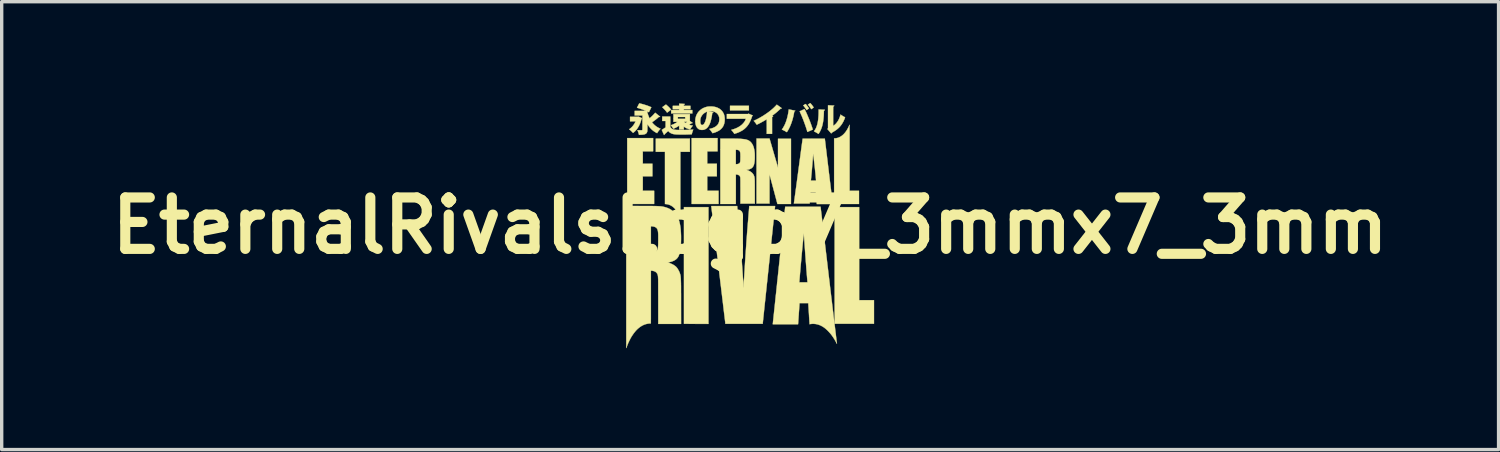
<source format=kicad_pcb>
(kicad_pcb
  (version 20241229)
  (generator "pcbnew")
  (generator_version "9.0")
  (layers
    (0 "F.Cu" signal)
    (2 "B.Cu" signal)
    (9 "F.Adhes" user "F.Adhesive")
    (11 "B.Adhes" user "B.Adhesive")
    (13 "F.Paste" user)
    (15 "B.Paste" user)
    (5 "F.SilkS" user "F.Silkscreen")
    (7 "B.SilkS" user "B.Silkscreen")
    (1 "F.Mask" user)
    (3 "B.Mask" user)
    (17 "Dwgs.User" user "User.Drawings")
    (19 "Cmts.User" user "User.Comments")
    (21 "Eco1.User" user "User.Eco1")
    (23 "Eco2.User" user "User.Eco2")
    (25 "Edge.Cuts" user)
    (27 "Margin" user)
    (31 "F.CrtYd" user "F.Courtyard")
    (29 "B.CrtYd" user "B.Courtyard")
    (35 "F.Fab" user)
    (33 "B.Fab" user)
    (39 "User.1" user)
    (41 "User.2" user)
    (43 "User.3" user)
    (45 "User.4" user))
  (footprint "EternalRivalsLogo7_3mmx7_3mm"
    (layer "F.Cu")
    (at 19.166 3.632)
    (property "Reference" "EternalRivalsLogo7_3mmx7_3mm" (at 0 0 0) (layer "F.SilkS") (effects (font (size 1.524 1.524) (thickness 0.3))))
    (attr through_hole)
    (fp_poly (pts (xy -0.037 -3.413) (xy -0.595 -3.413) (xy -0.595 -3.549) (xy -0.037 -3.549) (xy -0.037 -3.413)) (stroke (width 0.01) (type solid)) (fill yes) (layer "F.SilkS"))
    (fp_poly (pts (xy 3.229 2.208) (xy 3.668 2.208) (xy 3.668 2.906) (xy 2.503 2.906) (xy 2.503 -0.548) (xy 3.229 -0.548) (xy 3.229 2.208)) (stroke (width 0.01) (type solid)) (fill yes) (layer "F.SilkS"))
    (fp_poly (pts (xy -2.873 -2.202) (xy -3.179 -2.202) (xy -3.179 -1.833) (xy -2.894 -1.833) (xy -2.894 -1.461) (xy -3.179 -1.461) (xy -3.179 -1.032) (xy -2.843 -1.032) (xy -2.843 -0.642) (xy -3.64 -0.642) (xy -3.64 -2.592) (xy -2.873 -2.592) (xy -2.873 -2.202)) (stroke (width 0.01) (type solid)) (fill yes) (layer "F.SilkS"))
    (fp_poly (pts (xy -0.965 -2.202) (xy -1.271 -2.202) (xy -1.271 -1.833) (xy -0.986 -1.833) (xy -0.986 -1.461) (xy -1.271 -1.461) (xy -1.271 -1.032) (xy -0.935 -1.032) (xy -0.935 -0.642) (xy -1.732 -0.642) (xy -1.732 -2.592) (xy -0.965 -2.592) (xy -0.965 -2.202)) (stroke (width 0.01) (type solid)) (fill yes) (layer "F.SilkS"))
    (fp_poly (pts (xy -1.234 2.911) (xy -1.391 2.91) (xy -1.414 2.91) (xy -1.44 2.91) (xy -1.467 2.91) (xy -1.497 2.91) (xy -1.527 2.91) (xy -1.559 2.91) (xy -1.591 2.91) (xy -1.623 2.91) (xy -1.654 2.909) (xy -1.685 2.909) (xy -1.715 2.909) (xy -1.743 2.909) (xy -1.746 2.909) (xy -1.77 2.909) (xy -1.794 2.909) (xy -1.816 2.909) (xy -1.838 2.908) (xy -1.858 2.908) (xy -1.877 2.908) (xy -1.894 2.908) (xy -1.909 2.908) (xy -1.922 2.908) (xy -1.933 2.908) (xy -1.942 2.908) (xy -1.948 2.908) (xy -1.951 2.908) (xy -1.952 2.908) (xy -1.96 2.908) (xy -1.96 -0.548) (xy -1.234 -0.548) (xy -1.234 2.911)) (stroke (width 0.01) (type solid)) (fill yes) (layer "F.SilkS"))
    (fp_poly (pts (xy 0.382 -2.58) (xy 0.574 -2.58) (xy 0.7 -2.148) (xy 0.826 -1.716) (xy 0.826 -2.145) (xy 0.826 -2.573) (xy 1.21 -2.573) (xy 1.21 -0.641) (xy 0.809 -0.641) (xy 0.805 -0.656) (xy 0.804 -0.658) (xy 0.803 -0.664) (xy 0.801 -0.672) (xy 0.798 -0.682) (xy 0.794 -0.695) (xy 0.79 -0.711) (xy 0.786 -0.728) (xy 0.78 -0.748) (xy 0.775 -0.769) (xy 0.768 -0.792) (xy 0.762 -0.817) (xy 0.755 -0.844) (xy 0.747 -0.872) (xy 0.739 -0.901) (xy 0.731 -0.932) (xy 0.723 -0.964) (xy 0.714 -0.996) (xy 0.705 -1.03) (xy 0.695 -1.064) (xy 0.688 -1.093) (xy 0.574 -1.515) (xy 0.574 -1.085) (xy 0.574 -0.654) (xy 0.19 -0.654) (xy 0.19 -2.58) (xy 0.382 -2.58)) (stroke (width 0.01) (type solid)) (fill yes) (layer "F.SilkS"))
    (fp_poly (pts (xy -2.094 -3.611) (xy -2.089 -3.611) (xy -2.082 -3.611) (xy -2.073 -3.61) (xy -2.062 -3.61) (xy -2.05 -3.609) (xy -2.037 -3.609) (xy -2.024 -3.608) (xy -2.011 -3.607) (xy -1.997 -3.606) (xy -1.985 -3.606) (xy -1.972 -3.605) (xy -1.962 -3.605) (xy -1.952 -3.604) (xy -1.944 -3.604) (xy -1.939 -3.603) (xy -1.936 -3.603) (xy -1.935 -3.603) (xy -1.935 -3.602) (xy -1.937 -3.598) (xy -1.937 -3.596) (xy -1.941 -3.591) (xy -1.947 -3.586) (xy -1.955 -3.583) (xy -1.958 -3.582) (xy -1.963 -3.581) (xy -1.963 -3.547) (xy -1.768 -3.547) (xy -1.768 -3.45) (xy -1.963 -3.45) (xy -1.963 -3.423) (xy -1.712 -3.423) (xy -1.712 -3.323) (xy -2.338 -3.323) (xy -2.338 -3.423) (xy -2.102 -3.423) (xy -2.102 -3.45) (xy -2.289 -3.45) (xy -2.289 -3.547) (xy -2.102 -3.547) (xy -2.102 -3.611) (xy -2.097 -3.611) (xy -2.094 -3.611)) (stroke (width 0.01) (type solid)) (fill yes) (layer "F.SilkS"))
    (fp_poly (pts (xy 1.643 -3.601) (xy 1.647 -3.598) (xy 1.652 -3.593) (xy 1.658 -3.586) (xy 1.665 -3.578) (xy 1.673 -3.569) (xy 1.681 -3.558) (xy 1.69 -3.547) (xy 1.698 -3.535) (xy 1.707 -3.523) (xy 1.715 -3.511) (xy 1.723 -3.499) (xy 1.73 -3.489) (xy 1.734 -3.483) (xy 1.737 -3.477) (xy 1.74 -3.473) (xy 1.741 -3.471) (xy 1.741 -3.471) (xy 1.739 -3.47) (xy 1.736 -3.467) (xy 1.731 -3.464) (xy 1.725 -3.459) (xy 1.718 -3.454) (xy 1.71 -3.448) (xy 1.702 -3.443) (xy 1.695 -3.437) (xy 1.688 -3.432) (xy 1.682 -3.428) (xy 1.677 -3.425) (xy 1.674 -3.423) (xy 1.673 -3.423) (xy 1.672 -3.424) (xy 1.67 -3.427) (xy 1.667 -3.432) (xy 1.667 -3.432) (xy 1.659 -3.444) (xy 1.65 -3.458) (xy 1.64 -3.472) (xy 1.629 -3.487) (xy 1.618 -3.503) (xy 1.607 -3.517) (xy 1.597 -3.531) (xy 1.587 -3.543) (xy 1.586 -3.544) (xy 1.581 -3.549) (xy 1.577 -3.554) (xy 1.575 -3.558) (xy 1.574 -3.559) (xy 1.574 -3.56) (xy 1.576 -3.561) (xy 1.58 -3.564) (xy 1.586 -3.568) (xy 1.593 -3.572) (xy 1.6 -3.577) (xy 1.608 -3.582) (xy 1.616 -3.587) (xy 1.624 -3.592) (xy 1.63 -3.596) (xy 1.636 -3.599) (xy 1.639 -3.601) (xy 1.641 -3.602) (xy 1.643 -3.601)) (stroke (width 0.01) (type solid)) (fill yes) (layer "F.SilkS"))
    (fp_poly (pts (xy 1.782 -3.626) (xy 1.785 -3.623) (xy 1.79 -3.619) (xy 1.796 -3.612) (xy 1.804 -3.604) (xy 1.811 -3.595) (xy 1.82 -3.585) (xy 1.828 -3.575) (xy 1.837 -3.564) (xy 1.845 -3.553) (xy 1.853 -3.542) (xy 1.861 -3.531) (xy 1.868 -3.521) (xy 1.871 -3.516) (xy 1.875 -3.51) (xy 1.878 -3.505) (xy 1.88 -3.501) (xy 1.881 -3.5) (xy 1.88 -3.498) (xy 1.877 -3.496) (xy 1.872 -3.492) (xy 1.866 -3.487) (xy 1.858 -3.482) (xy 1.851 -3.476) (xy 1.843 -3.471) (xy 1.835 -3.465) (xy 1.828 -3.46) (xy 1.822 -3.456) (xy 1.817 -3.452) (xy 1.814 -3.45) (xy 1.813 -3.45) (xy 1.811 -3.451) (xy 1.809 -3.454) (xy 1.805 -3.459) (xy 1.801 -3.465) (xy 1.8 -3.468) (xy 1.792 -3.479) (xy 1.783 -3.492) (xy 1.773 -3.505) (xy 1.763 -3.52) (xy 1.752 -3.534) (xy 1.741 -3.548) (xy 1.73 -3.561) (xy 1.725 -3.568) (xy 1.72 -3.574) (xy 1.716 -3.579) (xy 1.713 -3.582) (xy 1.713 -3.584) (xy 1.713 -3.584) (xy 1.715 -3.585) (xy 1.719 -3.588) (xy 1.724 -3.592) (xy 1.731 -3.596) (xy 1.739 -3.601) (xy 1.747 -3.607) (xy 1.755 -3.612) (xy 1.762 -3.617) (xy 1.769 -3.621) (xy 1.774 -3.624) (xy 1.778 -3.626) (xy 1.78 -3.627) (xy 1.782 -3.626)) (stroke (width 0.01) (type solid)) (fill yes) (layer "F.SilkS"))
    (fp_poly (pts (xy -1.785 -2.187) (xy -2.066 -2.187) (xy -2.067 -1.211) (xy -2.067 -1.157) (xy -2.067 -1.104) (xy -2.067 -1.051) (xy -2.067 -1) (xy -2.067 -0.949) (xy -2.067 -0.9) (xy -2.067 -0.852) (xy -2.067 -0.805) (xy -2.067 -0.759) (xy -2.067 -0.715) (xy -2.067 -0.672) (xy -2.067 -0.63) (xy -2.067 -0.591) (xy -2.067 -0.552) (xy -2.067 -0.516) (xy -2.067 -0.482) (xy -2.067 -0.449) (xy -2.067 -0.418) (xy -2.067 -0.39) (xy -2.068 -0.364) (xy -2.068 -0.339) (xy -2.068 -0.318) (xy -2.068 -0.298) (xy -2.068 -0.281) (xy -2.068 -0.267) (xy -2.068 -0.255) (xy -2.068 -0.246) (xy -2.068 -0.239) (xy -2.068 -0.236) (xy -2.068 -0.235) (xy -2.069 -0.237) (xy -2.071 -0.241) (xy -2.073 -0.247) (xy -2.076 -0.254) (xy -2.076 -0.255) (xy -2.094 -0.298) (xy -2.114 -0.34) (xy -2.137 -0.38) (xy -2.161 -0.419) (xy -2.188 -0.456) (xy -2.193 -0.462) (xy -2.2 -0.47) (xy -2.209 -0.48) (xy -2.219 -0.491) (xy -2.23 -0.503) (xy -2.241 -0.514) (xy -2.252 -0.525) (xy -2.263 -0.535) (xy -2.273 -0.544) (xy -2.281 -0.551) (xy -2.283 -0.553) (xy -2.312 -0.574) (xy -2.341 -0.592) (xy -2.371 -0.607) (xy -2.402 -0.619) (xy -2.434 -0.629) (xy -2.466 -0.635) (xy -2.499 -0.639) (xy -2.503 -0.639) (xy -2.522 -0.64) (xy -2.522 -2.187) (xy -2.793 -2.187) (xy -2.793 -2.577) (xy -1.785 -2.577) (xy -1.785 -2.187)) (stroke (width 0.01) (type solid)) (fill yes) (layer "F.SilkS"))
    (fp_poly (pts (xy -2.492 -3.585) (xy -2.488 -3.582) (xy -2.483 -3.579) (xy -2.478 -3.574) (xy -2.474 -3.571) (xy -2.457 -3.556) (xy -2.439 -3.54) (xy -2.422 -3.524) (xy -2.405 -3.508) (xy -2.39 -3.492) (xy -2.375 -3.476) (xy -2.363 -3.462) (xy -2.352 -3.449) (xy -2.35 -3.446) (xy -2.346 -3.441) (xy -2.343 -3.438) (xy -2.342 -3.435) (xy -2.343 -3.434) (xy -2.344 -3.433) (xy -2.344 -3.433) (xy -2.345 -3.431) (xy -2.349 -3.429) (xy -2.355 -3.424) (xy -2.362 -3.419) (xy -2.371 -3.412) (xy -2.381 -3.405) (xy -2.392 -3.396) (xy -2.402 -3.389) (xy -2.413 -3.38) (xy -2.424 -3.372) (xy -2.433 -3.365) (xy -2.442 -3.359) (xy -2.449 -3.354) (xy -2.454 -3.35) (xy -2.457 -3.348) (xy -2.459 -3.347) (xy -2.46 -3.348) (xy -2.463 -3.351) (xy -2.466 -3.356) (xy -2.468 -3.358) (xy -2.478 -3.373) (xy -2.491 -3.39) (xy -2.506 -3.407) (xy -2.523 -3.426) (xy -2.541 -3.446) (xy -2.562 -3.467) (xy -2.57 -3.475) (xy -2.578 -3.484) (xy -2.586 -3.491) (xy -2.592 -3.498) (xy -2.596 -3.503) (xy -2.599 -3.506) (xy -2.6 -3.508) (xy -2.6 -3.508) (xy -2.598 -3.51) (xy -2.595 -3.513) (xy -2.589 -3.517) (xy -2.582 -3.522) (xy -2.573 -3.528) (xy -2.564 -3.535) (xy -2.555 -3.542) (xy -2.545 -3.549) (xy -2.535 -3.556) (xy -2.526 -3.563) (xy -2.517 -3.569) (xy -2.509 -3.575) (xy -2.502 -3.58) (xy -2.497 -3.583) (xy -2.494 -3.585) (xy -2.493 -3.586) (xy -2.492 -3.585)) (stroke (width 0.01) (type solid)) (fill yes) (layer "F.SilkS"))
    (fp_poly (pts (xy 2.944 -2.988) (xy 2.944 -2.988) (xy 2.944 -2.987) (xy 2.944 -2.985) (xy 2.944 -2.983) (xy 2.944 -2.981) (xy 2.944 -2.978) (xy 2.944 -2.974) (xy 2.945 -2.969) (xy 2.945 -2.963) (xy 2.945 -2.957) (xy 2.945 -2.949) (xy 2.945 -2.941) (xy 2.945 -2.931) (xy 2.945 -2.92) (xy 2.945 -2.908) (xy 2.945 -2.894) (xy 2.945 -2.879) (xy 2.945 -2.862) (xy 2.945 -2.844) (xy 2.945 -2.825) (xy 2.945 -2.803) (xy 2.946 -2.78) (xy 2.946 -2.756) (xy 2.946 -2.729) (xy 2.946 -2.7) (xy 2.946 -2.669) (xy 2.946 -2.637) (xy 2.946 -2.602) (xy 2.946 -2.565) (xy 2.946 -2.525) (xy 2.946 -2.483) (xy 2.946 -2.439) (xy 2.946 -2.393) (xy 2.946 -2.343) (xy 2.946 -2.292) (xy 2.946 -2.237) (xy 2.946 -2.18) (xy 2.946 -2.12) (xy 2.946 -2.057) (xy 2.946 -2.014) (xy 2.946 -1.032) (xy 3.224 -1.032) (xy 3.224 -0.641) (xy 2.488 -0.641) (xy 2.488 -2.583) (xy 2.504 -2.584) (xy 2.534 -2.587) (xy 2.563 -2.592) (xy 2.591 -2.598) (xy 2.617 -2.607) (xy 2.644 -2.619) (xy 2.651 -2.622) (xy 2.682 -2.639) (xy 2.711 -2.658) (xy 2.739 -2.68) (xy 2.767 -2.705) (xy 2.793 -2.733) (xy 2.819 -2.764) (xy 2.843 -2.797) (xy 2.867 -2.833) (xy 2.889 -2.872) (xy 2.903 -2.898) (xy 2.908 -2.909) (xy 2.914 -2.922) (xy 2.921 -2.935) (xy 2.927 -2.949) (xy 2.933 -2.963) (xy 2.938 -2.976) (xy 2.942 -2.986) (xy 2.943 -2.987) (xy 2.943 -2.988) (xy 2.943 -2.988) (xy 2.943 -2.988) (xy 2.944 -2.988)) (stroke (width 0.01) (type solid)) (fill yes) (layer "F.SilkS"))
    (fp_poly (pts (xy 1.148 -3.441) (xy 1.152 -3.44) (xy 1.159 -3.439) (xy 1.168 -3.437) (xy 1.178 -3.435) (xy 1.19 -3.433) (xy 1.203 -3.43) (xy 1.217 -3.428) (xy 1.231 -3.425) (xy 1.245 -3.422) (xy 1.26 -3.419) (xy 1.274 -3.416) (xy 1.287 -3.414) (xy 1.299 -3.411) (xy 1.31 -3.409) (xy 1.32 -3.407) (xy 1.327 -3.406) (xy 1.333 -3.405) (xy 1.335 -3.404) (xy 1.336 -3.404) (xy 1.336 -3.402) (xy 1.334 -3.399) (xy 1.332 -3.396) (xy 1.329 -3.392) (xy 1.327 -3.39) (xy 1.322 -3.388) (xy 1.317 -3.386) (xy 1.315 -3.385) (xy 1.308 -3.384) (xy 1.303 -3.355) (xy 1.293 -3.299) (xy 1.281 -3.244) (xy 1.268 -3.19) (xy 1.254 -3.138) (xy 1.238 -3.087) (xy 1.221 -3.037) (xy 1.203 -2.99) (xy 1.184 -2.944) (xy 1.164 -2.901) (xy 1.143 -2.86) (xy 1.122 -2.822) (xy 1.102 -2.79) (xy 1.097 -2.783) (xy 1.093 -2.777) (xy 1.089 -2.772) (xy 1.087 -2.769) (xy 1.087 -2.768) (xy 1.085 -2.769) (xy 1.082 -2.77) (xy 1.078 -2.773) (xy 1.065 -2.781) (xy 1.049 -2.791) (xy 1.032 -2.801) (xy 1.013 -2.81) (xy 0.995 -2.82) (xy 0.977 -2.828) (xy 0.96 -2.836) (xy 0.95 -2.84) (xy 0.945 -2.842) (xy 0.942 -2.843) (xy 0.94 -2.844) (xy 0.94 -2.844) (xy 0.941 -2.845) (xy 0.943 -2.849) (xy 0.946 -2.853) (xy 0.948 -2.855) (xy 0.971 -2.889) (xy 0.993 -2.926) (xy 1.014 -2.965) (xy 1.034 -3.006) (xy 1.052 -3.05) (xy 1.069 -3.096) (xy 1.084 -3.144) (xy 1.098 -3.193) (xy 1.111 -3.245) (xy 1.122 -3.298) (xy 1.132 -3.353) (xy 1.14 -3.409) (xy 1.142 -3.426) (xy 1.142 -3.433) (xy 1.143 -3.437) (xy 1.144 -3.44) (xy 1.145 -3.441) (xy 1.146 -3.441) (xy 1.148 -3.441)) (stroke (width 0.01) (type solid)) (fill yes) (layer "F.SilkS"))
    (fp_poly (pts (xy 1.611 -3.45) (xy 1.613 -3.446) (xy 1.616 -3.441) (xy 1.62 -3.433) (xy 1.625 -3.424) (xy 1.63 -3.413) (xy 1.636 -3.402) (xy 1.642 -3.39) (xy 1.648 -3.378) (xy 1.653 -3.366) (xy 1.659 -3.354) (xy 1.665 -3.342) (xy 1.669 -3.333) (xy 1.704 -3.252) (xy 1.739 -3.17) (xy 1.773 -3.084) (xy 1.803 -3.002) (xy 1.806 -2.993) (xy 1.81 -2.984) (xy 1.814 -2.972) (xy 1.818 -2.96) (xy 1.822 -2.947) (xy 1.827 -2.934) (xy 1.832 -2.92) (xy 1.836 -2.907) (xy 1.84 -2.894) (xy 1.844 -2.882) (xy 1.848 -2.872) (xy 1.851 -2.862) (xy 1.853 -2.855) (xy 1.855 -2.849) (xy 1.856 -2.846) (xy 1.856 -2.846) (xy 1.854 -2.845) (xy 1.851 -2.843) (xy 1.844 -2.84) (xy 1.836 -2.836) (xy 1.827 -2.832) (xy 1.815 -2.827) (xy 1.803 -2.821) (xy 1.79 -2.815) (xy 1.776 -2.809) (xy 1.761 -2.803) (xy 1.746 -2.796) (xy 1.732 -2.79) (xy 1.717 -2.784) (xy 1.704 -2.778) (xy 1.701 -2.777) (xy 1.696 -2.775) (xy 1.693 -2.787) (xy 1.69 -2.796) (xy 1.687 -2.807) (xy 1.683 -2.82) (xy 1.679 -2.834) (xy 1.674 -2.85) (xy 1.669 -2.866) (xy 1.663 -2.883) (xy 1.658 -2.899) (xy 1.653 -2.915) (xy 1.648 -2.928) (xy 1.631 -2.979) (xy 1.612 -3.031) (xy 1.593 -3.083) (xy 1.574 -3.134) (xy 1.554 -3.184) (xy 1.534 -3.234) (xy 1.513 -3.281) (xy 1.493 -3.327) (xy 1.477 -3.363) (xy 1.474 -3.371) (xy 1.471 -3.377) (xy 1.469 -3.382) (xy 1.468 -3.385) (xy 1.468 -3.385) (xy 1.47 -3.386) (xy 1.474 -3.388) (xy 1.48 -3.391) (xy 1.488 -3.395) (xy 1.498 -3.399) (xy 1.509 -3.404) (xy 1.521 -3.41) (xy 1.535 -3.417) (xy 1.539 -3.419) (xy 1.552 -3.425) (xy 1.565 -3.431) (xy 1.577 -3.436) (xy 1.587 -3.441) (xy 1.596 -3.445) (xy 1.602 -3.448) (xy 1.607 -3.45) (xy 1.61 -3.451) (xy 1.61 -3.451) (xy 1.611 -3.45)) (stroke (width 0.01) (type solid)) (fill yes) (layer "F.SilkS"))
    (fp_poly (pts (xy 2.037 -3.439) (xy 2.042 -3.439) (xy 2.05 -3.439) (xy 2.06 -3.439) (xy 2.071 -3.438) (xy 2.084 -3.437) (xy 2.099 -3.437) (xy 2.114 -3.436) (xy 2.126 -3.435) (xy 2.144 -3.435) (xy 2.159 -3.434) (xy 2.172 -3.433) (xy 2.183 -3.433) (xy 2.191 -3.432) (xy 2.198 -3.432) (xy 2.203 -3.431) (xy 2.206 -3.431) (xy 2.209 -3.43) (xy 2.21 -3.43) (xy 2.211 -3.429) (xy 2.211 -3.429) (xy 2.211 -3.428) (xy 2.21 -3.423) (xy 2.207 -3.418) (xy 2.202 -3.413) (xy 2.198 -3.41) (xy 2.193 -3.408) (xy 2.189 -3.407) (xy 2.188 -3.407) (xy 2.187 -3.406) (xy 2.186 -3.406) (xy 2.186 -3.405) (xy 2.185 -3.402) (xy 2.185 -3.398) (xy 2.185 -3.393) (xy 2.184 -3.385) (xy 2.184 -3.375) (xy 2.184 -3.364) (xy 2.182 -3.31) (xy 2.18 -3.259) (xy 2.176 -3.21) (xy 2.172 -3.164) (xy 2.167 -3.12) (xy 2.161 -3.078) (xy 2.154 -3.038) (xy 2.146 -3) (xy 2.137 -2.963) (xy 2.127 -2.928) (xy 2.116 -2.895) (xy 2.103 -2.862) (xy 2.1 -2.853) (xy 2.095 -2.842) (xy 2.089 -2.829) (xy 2.083 -2.816) (xy 2.076 -2.802) (xy 2.069 -2.788) (xy 2.061 -2.774) (xy 2.054 -2.761) (xy 2.047 -2.749) (xy 2.04 -2.738) (xy 2.035 -2.729) (xy 2.03 -2.722) (xy 2.028 -2.72) (xy 2.025 -2.716) (xy 2.015 -2.723) (xy 2.009 -2.727) (xy 2.001 -2.732) (xy 1.992 -2.737) (xy 1.982 -2.743) (xy 1.971 -2.75) (xy 1.96 -2.756) (xy 1.948 -2.763) (xy 1.937 -2.769) (xy 1.926 -2.775) (xy 1.916 -2.781) (xy 1.907 -2.785) (xy 1.9 -2.789) (xy 1.895 -2.792) (xy 1.893 -2.793) (xy 1.893 -2.794) (xy 1.895 -2.797) (xy 1.898 -2.802) (xy 1.902 -2.808) (xy 1.903 -2.809) (xy 1.92 -2.834) (xy 1.936 -2.861) (xy 1.951 -2.89) (xy 1.964 -2.921) (xy 1.976 -2.955) (xy 1.987 -2.991) (xy 1.997 -3.029) (xy 2.005 -3.07) (xy 2.012 -3.113) (xy 2.018 -3.159) (xy 2.022 -3.207) (xy 2.026 -3.258) (xy 2.028 -3.312) (xy 2.029 -3.368) (xy 2.029 -3.388) (xy 2.029 -3.439) (xy 2.035 -3.44) (xy 2.037 -3.439)) (stroke (width 0.01) (type solid)) (fill yes) (layer "F.SilkS"))
    (fp_poly (pts (xy -3.27 -3.212) (xy -3.259 -3.208) (xy -3.248 -3.202) (xy -3.238 -3.197) (xy -3.228 -3.193) (xy -3.22 -3.189) (xy -3.22 -3.189) (xy -3.2 -3.18) (xy -3.203 -3.175) (xy -3.205 -3.172) (xy -3.209 -3.168) (xy -3.211 -3.165) (xy -3.214 -3.163) (xy -3.216 -3.16) (xy -3.217 -3.158) (xy -3.219 -3.154) (xy -3.22 -3.149) (xy -3.222 -3.141) (xy -3.223 -3.138) (xy -3.236 -3.094) (xy -3.251 -3.051) (xy -3.267 -3.01) (xy -3.285 -2.971) (xy -3.305 -2.934) (xy -3.326 -2.899) (xy -3.348 -2.866) (xy -3.372 -2.836) (xy -3.397 -2.807) (xy -3.424 -2.782) (xy -3.451 -2.759) (xy -3.46 -2.752) (xy -3.464 -2.749) (xy -3.467 -2.747) (xy -3.469 -2.746) (xy -3.469 -2.747) (xy -3.469 -2.748) (xy -3.47 -2.749) (xy -3.473 -2.753) (xy -3.478 -2.758) (xy -3.483 -2.764) (xy -3.49 -2.77) (xy -3.498 -2.778) (xy -3.505 -2.786) (xy -3.513 -2.793) (xy -3.521 -2.801) (xy -3.528 -2.808) (xy -3.534 -2.814) (xy -3.538 -2.817) (xy -3.546 -2.823) (xy -3.554 -2.83) (xy -3.561 -2.836) (xy -3.568 -2.841) (xy -3.57 -2.843) (xy -3.575 -2.847) (xy -3.579 -2.851) (xy -3.582 -2.853) (xy -3.583 -2.854) (xy -3.582 -2.855) (xy -3.579 -2.858) (xy -3.576 -2.859) (xy -3.57 -2.863) (xy -3.561 -2.869) (xy -3.552 -2.876) (xy -3.542 -2.884) (xy -3.533 -2.891) (xy -3.524 -2.899) (xy -3.522 -2.901) (xy -3.498 -2.924) (xy -3.476 -2.949) (xy -3.454 -2.977) (xy -3.435 -3.006) (xy -3.417 -3.036) (xy -3.405 -3.061) (xy -3.402 -3.069) (xy -3.399 -3.076) (xy -3.396 -3.081) (xy -3.395 -3.085) (xy -3.394 -3.086) (xy -3.394 -3.086) (xy -3.394 -3.087) (xy -3.396 -3.087) (xy -3.398 -3.087) (xy -3.401 -3.088) (xy -3.405 -3.088) (xy -3.411 -3.088) (xy -3.419 -3.088) (xy -3.429 -3.088) (xy -3.441 -3.088) (xy -3.456 -3.088) (xy -3.474 -3.088) (xy -3.556 -3.088) (xy -3.556 -3.223) (xy -3.443 -3.223) (xy -3.417 -3.223) (xy -3.394 -3.223) (xy -3.374 -3.223) (xy -3.357 -3.223) (xy -3.343 -3.223) (xy -3.331 -3.224) (xy -3.323 -3.224) (xy -3.316 -3.224) (xy -3.315 -3.225) (xy -3.299 -3.226) (xy -3.27 -3.212)) (stroke (width 0.01) (type solid)) (fill yes) (layer "F.SilkS"))
    (fp_poly (pts (xy -0.043 -3.314) (xy -0.043 -3.314) (xy -0.039 -3.313) (xy -0.033 -3.31) (xy -0.026 -3.307) (xy -0.017 -3.303) (xy -0.007 -3.299) (xy 0.004 -3.294) (xy 0.015 -3.289) (xy 0.027 -3.284) (xy 0.038 -3.279) (xy 0.048 -3.274) (xy 0.057 -3.27) (xy 0.065 -3.266) (xy 0.072 -3.263) (xy 0.077 -3.261) (xy 0.079 -3.26) (xy 0.079 -3.26) (xy 0.078 -3.258) (xy 0.075 -3.254) (xy 0.072 -3.251) (xy 0.068 -3.247) (xy 0.064 -3.245) (xy 0.064 -3.244) (xy 0.062 -3.243) (xy 0.06 -3.242) (xy 0.058 -3.24) (xy 0.057 -3.236) (xy 0.055 -3.231) (xy 0.053 -3.224) (xy 0.051 -3.218) (xy 0.04 -3.186) (xy 0.028 -3.155) (xy 0.015 -3.123) (xy 0.002 -3.093) (xy -0.012 -3.064) (xy -0.026 -3.037) (xy -0.03 -3.031) (xy -0.038 -3.016) (xy -0.049 -3) (xy -0.06 -2.984) (xy -0.071 -2.968) (xy -0.082 -2.954) (xy -0.086 -2.948) (xy -0.096 -2.937) (xy -0.107 -2.924) (xy -0.119 -2.911) (xy -0.132 -2.898) (xy -0.146 -2.885) (xy -0.158 -2.873) (xy -0.17 -2.863) (xy -0.175 -2.859) (xy -0.207 -2.835) (xy -0.242 -2.813) (xy -0.279 -2.792) (xy -0.319 -2.772) (xy -0.361 -2.754) (xy -0.406 -2.738) (xy -0.441 -2.727) (xy -0.449 -2.724) (xy -0.456 -2.722) (xy -0.462 -2.72) (xy -0.466 -2.719) (xy -0.467 -2.719) (xy -0.469 -2.719) (xy -0.471 -2.723) (xy -0.474 -2.727) (xy -0.475 -2.729) (xy -0.481 -2.74) (xy -0.49 -2.752) (xy -0.5 -2.766) (xy -0.512 -2.782) (xy -0.526 -2.798) (xy -0.541 -2.815) (xy -0.543 -2.817) (xy -0.548 -2.823) (xy -0.552 -2.828) (xy -0.556 -2.832) (xy -0.557 -2.835) (xy -0.558 -2.835) (xy -0.556 -2.836) (xy -0.552 -2.837) (xy -0.546 -2.839) (xy -0.539 -2.841) (xy -0.531 -2.844) (xy -0.485 -2.857) (xy -0.441 -2.873) (xy -0.399 -2.891) (xy -0.36 -2.911) (xy -0.322 -2.932) (xy -0.287 -2.956) (xy -0.255 -2.981) (xy -0.253 -2.983) (xy -0.239 -2.995) (xy -0.224 -3.01) (xy -0.21 -3.025) (xy -0.196 -3.041) (xy -0.183 -3.057) (xy -0.172 -3.072) (xy -0.163 -3.085) (xy -0.157 -3.096) (xy -0.151 -3.108) (xy -0.145 -3.119) (xy -0.14 -3.131) (xy -0.135 -3.142) (xy -0.132 -3.152) (xy -0.129 -3.16) (xy -0.129 -3.162) (xy -0.128 -3.166) (xy -0.689 -3.166) (xy -0.689 -3.305) (xy -0.065 -3.305) (xy -0.057 -3.311) (xy -0.052 -3.313) (xy -0.048 -3.315) (xy -0.046 -3.315) (xy -0.043 -3.314)) (stroke (width 0.01) (type solid)) (fill yes) (layer "F.SilkS"))
    (fp_poly (pts (xy 2.315 -3.563) (xy 2.32 -3.563) (xy 2.328 -3.563) (xy 2.338 -3.563) (xy 2.349 -3.562) (xy 2.362 -3.561) (xy 2.377 -3.561) (xy 2.392 -3.56) (xy 2.404 -3.559) (xy 2.489 -3.555) (xy 2.489 -3.55) (xy 2.487 -3.546) (xy 2.485 -3.541) (xy 2.484 -3.54) (xy 2.48 -3.536) (xy 2.475 -3.533) (xy 2.469 -3.53) (xy 2.464 -3.528) (xy 2.462 -3.528) (xy 2.462 -3.528) (xy 2.461 -3.527) (xy 2.461 -3.526) (xy 2.461 -3.525) (xy 2.461 -3.523) (xy 2.46 -3.52) (xy 2.46 -3.516) (xy 2.46 -3.512) (xy 2.46 -3.506) (xy 2.46 -3.498) (xy 2.46 -3.49) (xy 2.46 -3.48) (xy 2.46 -3.468) (xy 2.46 -3.454) (xy 2.459 -3.439) (xy 2.459 -3.421) (xy 2.459 -3.402) (xy 2.459 -3.38) (xy 2.459 -3.355) (xy 2.459 -3.328) (xy 2.459 -3.299) (xy 2.459 -3.267) (xy 2.459 -2.954) (xy 2.465 -2.957) (xy 2.475 -2.963) (xy 2.486 -2.971) (xy 2.498 -2.981) (xy 2.51 -2.991) (xy 2.523 -3.002) (xy 2.535 -3.014) (xy 2.546 -3.025) (xy 2.553 -3.034) (xy 2.574 -3.06) (xy 2.593 -3.088) (xy 2.612 -3.119) (xy 2.629 -3.152) (xy 2.644 -3.186) (xy 2.658 -3.223) (xy 2.67 -3.26) (xy 2.674 -3.276) (xy 2.676 -3.282) (xy 2.678 -3.287) (xy 2.679 -3.288) (xy 2.68 -3.288) (xy 2.681 -3.287) (xy 2.685 -3.285) (xy 2.69 -3.281) (xy 2.696 -3.277) (xy 2.698 -3.275) (xy 2.714 -3.264) (xy 2.733 -3.252) (xy 2.754 -3.239) (xy 2.778 -3.226) (xy 2.784 -3.223) (xy 2.792 -3.218) (xy 2.8 -3.214) (xy 2.805 -3.21) (xy 2.81 -3.207) (xy 2.812 -3.205) (xy 2.812 -3.205) (xy 2.811 -3.203) (xy 2.81 -3.199) (xy 2.808 -3.193) (xy 2.805 -3.186) (xy 2.803 -3.179) (xy 2.784 -3.134) (xy 2.765 -3.091) (xy 2.743 -3.051) (xy 2.72 -3.012) (xy 2.694 -2.976) (xy 2.667 -2.942) (xy 2.638 -2.91) (xy 2.606 -2.88) (xy 2.572 -2.851) (xy 2.536 -2.824) (xy 2.497 -2.799) (xy 2.464 -2.779) (xy 2.456 -2.774) (xy 2.449 -2.77) (xy 2.442 -2.767) (xy 2.437 -2.764) (xy 2.43 -2.76) (xy 2.426 -2.756) (xy 2.422 -2.752) (xy 2.418 -2.746) (xy 2.412 -2.741) (xy 2.407 -2.736) (xy 2.403 -2.733) (xy 2.403 -2.733) (xy 2.401 -2.733) (xy 2.399 -2.735) (xy 2.395 -2.738) (xy 2.39 -2.743) (xy 2.386 -2.748) (xy 2.382 -2.753) (xy 2.376 -2.76) (xy 2.369 -2.768) (xy 2.361 -2.778) (xy 2.352 -2.788) (xy 2.342 -2.799) (xy 2.333 -2.81) (xy 2.33 -2.813) (xy 2.289 -2.861) (xy 2.307 -2.885) (xy 2.307 -3.563) (xy 2.313 -3.564) (xy 2.315 -3.563)) (stroke (width 0.01) (type solid)) (fill yes) (layer "F.SilkS"))
    (fp_poly (pts (xy -2.365 -2.923) (xy -2.358 -2.911) (xy -2.347 -2.897) (xy -2.335 -2.884) (xy -2.322 -2.873) (xy -2.307 -2.863) (xy -2.29 -2.855) (xy -2.271 -2.849) (xy -2.25 -2.843) (xy -2.226 -2.839) (xy -2.206 -2.837) (xy -2.192 -2.835) (xy -2.175 -2.834) (xy -2.156 -2.833) (xy -2.134 -2.833) (xy -2.111 -2.832) (xy -2.085 -2.832) (xy -2.058 -2.832) (xy -2.029 -2.832) (xy -2 -2.832) (xy -1.969 -2.832) (xy -1.938 -2.833) (xy -1.906 -2.834) (xy -1.874 -2.835) (xy -1.842 -2.836) (xy -1.81 -2.837) (xy -1.779 -2.838) (xy -1.748 -2.84) (xy -1.719 -2.842) (xy -1.698 -2.843) (xy -1.684 -2.844) (xy -1.691 -2.828) (xy -1.696 -2.814) (xy -1.701 -2.799) (xy -1.707 -2.784) (xy -1.712 -2.768) (xy -1.717 -2.752) (xy -1.721 -2.738) (xy -1.724 -2.725) (xy -1.726 -2.715) (xy -1.728 -2.705) (xy -1.749 -2.704) (xy -1.782 -2.702) (xy -1.816 -2.701) (xy -1.85 -2.7) (xy -1.884 -2.699) (xy -1.918 -2.698) (xy -1.952 -2.698) (xy -1.984 -2.698) (xy -2.016 -2.697) (xy -2.047 -2.697) (xy -2.077 -2.698) (xy -2.105 -2.698) (xy -2.131 -2.699) (xy -2.155 -2.7) (xy -2.177 -2.7) (xy -2.197 -2.702) (xy -2.214 -2.703) (xy -2.22 -2.704) (xy -2.244 -2.707) (xy -2.265 -2.71) (xy -2.284 -2.714) (xy -2.302 -2.719) (xy -2.318 -2.724) (xy -2.334 -2.731) (xy -2.338 -2.733) (xy -2.353 -2.741) (xy -2.367 -2.749) (xy -2.38 -2.758) (xy -2.393 -2.769) (xy -2.406 -2.782) (xy -2.41 -2.786) (xy -2.426 -2.803) (xy -2.43 -2.801) (xy -2.432 -2.798) (xy -2.436 -2.795) (xy -2.441 -2.79) (xy -2.447 -2.785) (xy -2.447 -2.784) (xy -2.456 -2.777) (xy -2.465 -2.768) (xy -2.476 -2.758) (xy -2.487 -2.748) (xy -2.497 -2.739) (xy -2.507 -2.73) (xy -2.515 -2.723) (xy -2.519 -2.72) (xy -2.525 -2.714) (xy -2.529 -2.711) (xy -2.532 -2.708) (xy -2.533 -2.705) (xy -2.534 -2.702) (xy -2.536 -2.695) (xy -2.54 -2.69) (xy -2.545 -2.687) (xy -2.548 -2.686) (xy -2.549 -2.686) (xy -2.55 -2.688) (xy -2.551 -2.69) (xy -2.554 -2.695) (xy -2.557 -2.702) (xy -2.561 -2.71) (xy -2.565 -2.72) (xy -2.57 -2.731) (xy -2.575 -2.742) (xy -2.581 -2.754) (xy -2.586 -2.767) (xy -2.592 -2.779) (xy -2.597 -2.79) (xy -2.602 -2.801) (xy -2.606 -2.811) (xy -2.61 -2.82) (xy -2.613 -2.826) (xy -2.615 -2.831) (xy -2.616 -2.833) (xy -2.616 -2.834) (xy -2.615 -2.835) (xy -2.612 -2.837) (xy -2.607 -2.841) (xy -2.601 -2.844) (xy -2.6 -2.845) (xy -2.587 -2.853) (xy -2.572 -2.863) (xy -2.556 -2.873) (xy -2.54 -2.884) (xy -2.525 -2.895) (xy -2.523 -2.897) (xy -2.503 -2.911) (xy -2.503 -3.099) (xy -2.603 -3.099) (xy -2.603 -3.23) (xy -2.365 -3.23) (xy -2.365 -2.923)) (stroke (width 0.01) (type solid)) (fill yes) (layer "F.SilkS"))
    (fp_poly (pts (xy 0.792 -3.581) (xy 0.795 -3.579) (xy 0.801 -3.575) (xy 0.808 -3.57) (xy 0.817 -3.564) (xy 0.826 -3.557) (xy 0.837 -3.549) (xy 0.848 -3.542) (xy 0.859 -3.533) (xy 0.871 -3.525) (xy 0.882 -3.517) (xy 0.893 -3.509) (xy 0.903 -3.502) (xy 0.912 -3.495) (xy 0.92 -3.489) (xy 0.927 -3.484) (xy 0.931 -3.481) (xy 0.934 -3.478) (xy 0.935 -3.478) (xy 0.935 -3.476) (xy 0.933 -3.474) (xy 0.929 -3.471) (xy 0.925 -3.468) (xy 0.921 -3.467) (xy 0.915 -3.465) (xy 0.909 -3.465) (xy 0.909 -3.465) (xy 0.907 -3.465) (xy 0.905 -3.464) (xy 0.902 -3.463) (xy 0.899 -3.46) (xy 0.895 -3.457) (xy 0.89 -3.452) (xy 0.882 -3.445) (xy 0.882 -3.444) (xy 0.836 -3.403) (xy 0.79 -3.362) (xy 0.742 -3.323) (xy 0.694 -3.286) (xy 0.678 -3.274) (xy 0.649 -3.251) (xy 0.661 -3.247) (xy 0.667 -3.245) (xy 0.673 -3.243) (xy 0.677 -3.242) (xy 0.678 -3.241) (xy 0.68 -3.24) (xy 0.681 -3.238) (xy 0.679 -3.234) (xy 0.676 -3.231) (xy 0.672 -3.227) (xy 0.666 -3.223) (xy 0.66 -3.22) (xy 0.655 -3.218) (xy 0.653 -3.218) (xy 0.65 -3.218) (xy 0.65 -2.718) (xy 0.492 -2.718) (xy 0.492 -2.934) (xy 0.492 -2.959) (xy 0.492 -2.983) (xy 0.492 -3.006) (xy 0.491 -3.029) (xy 0.491 -3.049) (xy 0.491 -3.069) (xy 0.491 -3.086) (xy 0.491 -3.102) (xy 0.491 -3.116) (xy 0.491 -3.128) (xy 0.491 -3.137) (xy 0.491 -3.144) (xy 0.491 -3.148) (xy 0.491 -3.15) (xy 0.49 -3.149) (xy 0.486 -3.147) (xy 0.481 -3.144) (xy 0.475 -3.14) (xy 0.472 -3.138) (xy 0.455 -3.128) (xy 0.435 -3.116) (xy 0.414 -3.104) (xy 0.391 -3.091) (xy 0.368 -3.078) (xy 0.344 -3.065) (xy 0.321 -3.052) (xy 0.297 -3.039) (xy 0.275 -3.028) (xy 0.254 -3.017) (xy 0.234 -3.007) (xy 0.217 -2.999) (xy 0.216 -2.998) (xy 0.196 -2.989) (xy 0.181 -3.011) (xy 0.169 -3.028) (xy 0.157 -3.045) (xy 0.144 -3.061) (xy 0.131 -3.076) (xy 0.12 -3.089) (xy 0.115 -3.094) (xy 0.11 -3.099) (xy 0.108 -3.102) (xy 0.106 -3.104) (xy 0.106 -3.104) (xy 0.108 -3.104) (xy 0.111 -3.106) (xy 0.117 -3.109) (xy 0.123 -3.112) (xy 0.125 -3.112) (xy 0.142 -3.12) (xy 0.16 -3.129) (xy 0.181 -3.139) (xy 0.202 -3.149) (xy 0.224 -3.161) (xy 0.246 -3.172) (xy 0.267 -3.184) (xy 0.287 -3.195) (xy 0.298 -3.201) (xy 0.344 -3.228) (xy 0.389 -3.255) (xy 0.433 -3.284) (xy 0.476 -3.313) (xy 0.518 -3.342) (xy 0.559 -3.372) (xy 0.597 -3.402) (xy 0.634 -3.432) (xy 0.669 -3.462) (xy 0.702 -3.492) (xy 0.732 -3.522) (xy 0.76 -3.55) (xy 0.772 -3.564) (xy 0.778 -3.57) (xy 0.783 -3.575) (xy 0.787 -3.579) (xy 0.79 -3.582) (xy 0.79 -3.582) (xy 0.792 -3.581)) (stroke (width 0.01) (type solid)) (fill yes) (layer "F.SilkS"))
    (fp_poly (pts (xy -1.785 -3.099) (xy -1.744 -3.071) (xy -1.734 -3.064) (xy -1.725 -3.058) (xy -1.717 -3.053) (xy -1.71 -3.048) (xy -1.705 -3.044) (xy -1.703 -3.042) (xy -1.702 -3.042) (xy -1.703 -3.04) (xy -1.707 -3.038) (xy -1.712 -3.036) (xy -1.719 -3.035) (xy -1.721 -3.035) (xy -1.725 -3.034) (xy -1.729 -3.034) (xy -1.733 -3.033) (xy -1.737 -3.031) (xy -1.742 -3.028) (xy -1.749 -3.024) (xy -1.75 -3.023) (xy -1.758 -3.019) (xy -1.768 -3.013) (xy -1.778 -3.007) (xy -1.788 -3.002) (xy -1.79 -3.001) (xy -1.797 -2.997) (xy -1.803 -2.994) (xy -1.808 -2.991) (xy -1.81 -2.989) (xy -1.811 -2.988) (xy -1.809 -2.987) (xy -1.806 -2.986) (xy -1.799 -2.984) (xy -1.791 -2.982) (xy -1.782 -2.979) (xy -1.772 -2.977) (xy -1.761 -2.974) (xy -1.75 -2.972) (xy -1.738 -2.969) (xy -1.728 -2.967) (xy -1.718 -2.965) (xy -1.712 -2.964) (xy -1.706 -2.963) (xy -1.701 -2.963) (xy -1.698 -2.962) (xy -1.698 -2.962) (xy -1.698 -2.961) (xy -1.7 -2.957) (xy -1.704 -2.953) (xy -1.706 -2.95) (xy -1.718 -2.937) (xy -1.729 -2.922) (xy -1.741 -2.906) (xy -1.752 -2.89) (xy -1.762 -2.874) (xy -1.769 -2.862) (xy -1.772 -2.857) (xy -1.774 -2.853) (xy -1.776 -2.85) (xy -1.776 -2.85) (xy -1.777 -2.85) (xy -1.781 -2.851) (xy -1.787 -2.852) (xy -1.794 -2.854) (xy -1.799 -2.855) (xy -1.828 -2.864) (xy -1.854 -2.873) (xy -1.879 -2.883) (xy -1.903 -2.894) (xy -1.927 -2.908) (xy -1.951 -2.924) (xy -1.962 -2.931) (xy -1.963 -2.932) (xy -1.963 -2.932) (xy -1.964 -2.931) (xy -1.964 -2.929) (xy -1.964 -2.926) (xy -1.965 -2.92) (xy -1.965 -2.913) (xy -1.965 -2.904) (xy -1.965 -2.892) (xy -1.965 -2.848) (xy -2.101 -2.848) (xy -2.101 -2.963) (xy -2.121 -2.949) (xy -2.158 -2.926) (xy -2.198 -2.904) (xy -2.241 -2.884) (xy -2.26 -2.876) (xy -2.274 -2.87) (xy -2.281 -2.882) (xy -2.289 -2.894) (xy -2.298 -2.908) (xy -2.307 -2.921) (xy -2.317 -2.935) (xy -2.327 -2.947) (xy -2.336 -2.958) (xy -2.339 -2.962) (xy -2.342 -2.966) (xy -2.345 -2.97) (xy -2.347 -2.973) (xy -2.347 -2.973) (xy -2.346 -2.974) (xy -2.342 -2.975) (xy -2.337 -2.977) (xy -2.332 -2.979) (xy -2.306 -2.988) (xy -2.28 -2.999) (xy -2.254 -3.011) (xy -2.228 -3.024) (xy -2.204 -3.038) (xy -2.181 -3.053) (xy -2.168 -3.062) (xy -2.151 -3.074) (xy -2.211 -3.075) (xy -2.271 -3.075) (xy -2.271 -3.076) (xy -1.955 -3.076) (xy -1.936 -3.058) (xy -1.93 -3.052) (xy -1.924 -3.046) (xy -1.92 -3.042) (xy -1.917 -3.04) (xy -1.915 -3.039) (xy -1.914 -3.04) (xy -1.91 -3.042) (xy -1.906 -3.045) (xy -1.903 -3.047) (xy -1.896 -3.052) (xy -1.89 -3.057) (xy -1.883 -3.062) (xy -1.877 -3.067) (xy -1.872 -3.071) (xy -1.868 -3.074) (xy -1.866 -3.075) (xy -1.866 -3.076) (xy -1.868 -3.076) (xy -1.872 -3.076) (xy -1.878 -3.076) (xy -1.886 -3.076) (xy -1.896 -3.076) (xy -1.907 -3.076) (xy -1.911 -3.076) (xy -1.955 -3.076) (xy -2.271 -3.076) (xy -2.271 -3.217) (xy -2.141 -3.217) (xy -2.141 -3.162) (xy -1.923 -3.162) (xy -1.923 -3.217) (xy -2.141 -3.217) (xy -2.271 -3.217) (xy -2.271 -3.302) (xy -1.785 -3.302) (xy -1.785 -3.099)) (stroke (width 0.01) (type solid)) (fill yes) (layer "F.SilkS"))
    (fp_poly (pts (xy 1.884 -2.575) (xy 2.212 -2.575) (xy 2.328 -1.613) (xy 2.334 -1.56) (xy 2.341 -1.507) (xy 2.347 -1.455) (xy 2.353 -1.404) (xy 2.359 -1.354) (xy 2.365 -1.305) (xy 2.371 -1.257) (xy 2.377 -1.211) (xy 2.382 -1.165) (xy 2.387 -1.121) (xy 2.393 -1.079) (xy 2.398 -1.038) (xy 2.402 -0.998) (xy 2.407 -0.96) (xy 2.411 -0.924) (xy 2.415 -0.89) (xy 2.419 -0.857) (xy 2.423 -0.827) (xy 2.427 -0.799) (xy 2.43 -0.773) (xy 2.433 -0.749) (xy 2.435 -0.727) (xy 2.438 -0.708) (xy 2.44 -0.691) (xy 2.441 -0.676) (xy 2.443 -0.665) (xy 2.444 -0.655) (xy 2.445 -0.649) (xy 2.445 -0.646) (xy 2.445 -0.645) (xy 2.446 -0.639) (xy 1.974 -0.639) (xy 1.973 -0.65) (xy 1.973 -0.652) (xy 1.973 -0.658) (xy 1.972 -0.666) (xy 1.971 -0.677) (xy 1.97 -0.689) (xy 1.969 -0.704) (xy 1.968 -0.72) (xy 1.966 -0.738) (xy 1.965 -0.757) (xy 1.964 -0.778) (xy 1.962 -0.799) (xy 1.96 -0.82) (xy 1.959 -0.841) (xy 1.957 -0.862) (xy 1.956 -0.882) (xy 1.954 -0.901) (xy 1.953 -0.918) (xy 1.952 -0.934) (xy 1.95 -0.948) (xy 1.95 -0.96) (xy 1.949 -0.97) (xy 1.948 -0.977) (xy 1.948 -0.982) (xy 1.947 -0.984) (xy 1.947 -0.989) (xy 1.866 -0.989) (xy 1.848 -0.989) (xy 1.832 -0.989) (xy 1.819 -0.989) (xy 1.809 -0.989) (xy 1.801 -0.989) (xy 1.794 -0.988) (xy 1.79 -0.988) (xy 1.787 -0.988) (xy 1.786 -0.988) (xy 1.785 -0.987) (xy 1.785 -0.985) (xy 1.785 -0.981) (xy 1.785 -0.973) (xy 1.784 -0.964) (xy 1.783 -0.952) (xy 1.782 -0.939) (xy 1.781 -0.924) (xy 1.78 -0.908) (xy 1.779 -0.891) (xy 1.778 -0.873) (xy 1.776 -0.854) (xy 1.775 -0.835) (xy 1.774 -0.816) (xy 1.772 -0.797) (xy 1.771 -0.778) (xy 1.769 -0.76) (xy 1.768 -0.742) (xy 1.767 -0.726) (xy 1.766 -0.711) (xy 1.765 -0.697) (xy 1.764 -0.685) (xy 1.763 -0.676) (xy 1.763 -0.668) (xy 1.762 -0.663) (xy 1.762 -0.661) (xy 1.762 -0.661) (xy 1.761 -0.654) (xy 1.295 -0.654) (xy 1.296 -0.659) (xy 1.297 -0.662) (xy 1.298 -0.669) (xy 1.299 -0.679) (xy 1.301 -0.691) (xy 1.303 -0.707) (xy 1.306 -0.725) (xy 1.309 -0.746) (xy 1.312 -0.77) (xy 1.316 -0.797) (xy 1.32 -0.827) (xy 1.324 -0.859) (xy 1.329 -0.894) (xy 1.334 -0.932) (xy 1.34 -0.973) (xy 1.346 -1.017) (xy 1.352 -1.063) (xy 1.359 -1.112) (xy 1.366 -1.163) (xy 1.373 -1.217) (xy 1.381 -1.274) (xy 1.389 -1.333) (xy 1.797 -1.333) (xy 1.952 -1.333) (xy 1.951 -1.348) (xy 1.949 -1.378) (xy 1.946 -1.41) (xy 1.943 -1.446) (xy 1.94 -1.484) (xy 1.936 -1.524) (xy 1.932 -1.567) (xy 1.927 -1.611) (xy 1.922 -1.658) (xy 1.917 -1.707) (xy 1.911 -1.757) (xy 1.905 -1.81) (xy 1.899 -1.863) (xy 1.893 -1.918) (xy 1.886 -1.975) (xy 1.879 -2.032) (xy 1.878 -2.04) (xy 1.875 -2.06) (xy 1.873 -2.078) (xy 1.871 -2.093) (xy 1.869 -2.105) (xy 1.868 -2.114) (xy 1.867 -2.121) (xy 1.866 -2.125) (xy 1.865 -2.127) (xy 1.865 -2.127) (xy 1.865 -2.125) (xy 1.865 -2.121) (xy 1.865 -2.117) (xy 1.864 -2.109) (xy 1.864 -2.1) (xy 1.863 -2.087) (xy 1.862 -2.073) (xy 1.861 -2.056) (xy 1.859 -2.038) (xy 1.858 -2.018) (xy 1.856 -1.996) (xy 1.855 -1.973) (xy 1.853 -1.949) (xy 1.851 -1.924) (xy 1.849 -1.899) (xy 1.847 -1.872) (xy 1.845 -1.846) (xy 1.843 -1.819) (xy 1.84 -1.792) (xy 1.838 -1.766) (xy 1.836 -1.74) (xy 1.834 -1.714) (xy 1.832 -1.689) (xy 1.83 -1.665) (xy 1.828 -1.642) (xy 1.826 -1.621) (xy 1.824 -1.601) (xy 1.823 -1.593) (xy 1.822 -1.577) (xy 1.82 -1.56) (xy 1.819 -1.542) (xy 1.817 -1.523) (xy 1.815 -1.504) (xy 1.813 -1.485) (xy 1.811 -1.466) (xy 1.81 -1.447) (xy 1.808 -1.429) (xy 1.806 -1.412) (xy 1.805 -1.396) (xy 1.803 -1.382) (xy 1.802 -1.368) (xy 1.801 -1.357) (xy 1.8 -1.348) (xy 1.799 -1.342) (xy 1.798 -1.338) (xy 1.798 -1.337) (xy 1.797 -1.333) (xy 1.389 -1.333) (xy 1.389 -1.334) (xy 1.397 -1.396) (xy 1.406 -1.46) (xy 1.415 -1.528) (xy 1.424 -1.597) (xy 1.434 -1.67) (xy 1.444 -1.745) (xy 1.444 -1.745) (xy 1.451 -1.794) (xy 1.457 -1.843) (xy 1.464 -1.89) (xy 1.47 -1.937) (xy 1.476 -1.983) (xy 1.482 -2.027) (xy 1.488 -2.071) (xy 1.493 -2.113) (xy 1.499 -2.154) (xy 1.504 -2.194) (xy 1.509 -2.232) (xy 1.514 -2.268) (xy 1.519 -2.303) (xy 1.523 -2.336) (xy 1.528 -2.368) (xy 1.532 -2.397) (xy 1.535 -2.424) (xy 1.539 -2.45) (xy 1.542 -2.473) (xy 1.545 -2.494) (xy 1.547 -2.512) (xy 1.549 -2.528) (xy 1.551 -2.542) (xy 1.553 -2.553) (xy 1.554 -2.561) (xy 1.554 -2.567) (xy 1.555 -2.569) (xy 1.555 -2.57) (xy 1.556 -2.576) (xy 1.884 -2.575)) (stroke (width 0.01) (type solid)) (fill yes) (layer "F.SilkS"))
    (fp_poly (pts (xy -3.277 -3.62) (xy -3.272 -3.619) (xy -3.266 -3.617) (xy -3.257 -3.615) (xy -3.246 -3.613) (xy -3.234 -3.61) (xy -3.222 -3.607) (xy -3.209 -3.603) (xy -3.196 -3.6) (xy -3.183 -3.597) (xy -3.171 -3.593) (xy -3.161 -3.59) (xy -3.159 -3.59) (xy -3.122 -3.579) (xy -3.088 -3.568) (xy -3.057 -3.558) (xy -3.026 -3.547) (xy -2.997 -3.536) (xy -2.99 -3.533) (xy -2.982 -3.53) (xy -2.973 -3.526) (xy -2.963 -3.522) (xy -2.954 -3.518) (xy -2.946 -3.514) (xy -2.938 -3.511) (xy -2.932 -3.508) (xy -2.929 -3.506) (xy -2.928 -3.505) (xy -2.928 -3.504) (xy -2.929 -3.501) (xy -2.931 -3.495) (xy -2.934 -3.488) (xy -2.939 -3.478) (xy -2.945 -3.467) (xy -2.952 -3.452) (xy -2.96 -3.436) (xy -2.962 -3.432) (xy -2.969 -3.419) (xy -2.975 -3.406) (xy -2.981 -3.394) (xy -2.986 -3.384) (xy -2.991 -3.375) (xy -2.994 -3.368) (xy -2.997 -3.363) (xy -2.999 -3.36) (xy -2.999 -3.36) (xy -3.001 -3.36) (xy -3.004 -3.361) (xy -3.01 -3.364) (xy -3.017 -3.367) (xy -3.021 -3.369) (xy -3.042 -3.38) (xy -3.042 -3.342) (xy -3.03 -3.305) (xy -3.023 -3.285) (xy -3.016 -3.265) (xy -3.009 -3.246) (xy -3.001 -3.228) (xy -2.995 -3.212) (xy -2.988 -3.197) (xy -2.986 -3.193) (xy -2.979 -3.176) (xy -2.958 -3.194) (xy -2.937 -3.212) (xy -2.917 -3.231) (xy -2.897 -3.25) (xy -2.878 -3.269) (xy -2.86 -3.288) (xy -2.844 -3.305) (xy -2.829 -3.322) (xy -2.82 -3.333) (xy -2.817 -3.337) (xy -2.814 -3.341) (xy -2.812 -3.342) (xy -2.812 -3.342) (xy -2.81 -3.342) (xy -2.807 -3.339) (xy -2.801 -3.335) (xy -2.794 -3.329) (xy -2.784 -3.321) (xy -2.772 -3.312) (xy -2.758 -3.3) (xy -2.742 -3.287) (xy -2.723 -3.272) (xy -2.702 -3.256) (xy -2.679 -3.237) (xy -2.666 -3.226) (xy -2.666 -3.225) (xy -2.668 -3.223) (xy -2.672 -3.221) (xy -2.676 -3.22) (xy -2.677 -3.22) (xy -2.681 -3.219) (xy -2.687 -3.218) (xy -2.694 -3.218) (xy -2.705 -3.218) (xy -2.716 -3.208) (xy -2.733 -3.193) (xy -2.751 -3.177) (xy -2.772 -3.16) (xy -2.793 -3.143) (xy -2.815 -3.126) (xy -2.837 -3.11) (xy -2.859 -3.094) (xy -2.879 -3.08) (xy -2.884 -3.077) (xy -2.907 -3.061) (xy -2.903 -3.055) (xy -2.875 -3.023) (xy -2.846 -2.993) (xy -2.815 -2.965) (xy -2.782 -2.939) (xy -2.747 -2.916) (xy -2.71 -2.895) (xy -2.671 -2.876) (xy -2.659 -2.871) (xy -2.654 -2.869) (xy -2.67 -2.853) (xy -2.681 -2.841) (xy -2.693 -2.827) (xy -2.705 -2.812) (xy -2.717 -2.797) (xy -2.728 -2.782) (xy -2.738 -2.767) (xy -2.746 -2.754) (xy -2.749 -2.748) (xy -2.752 -2.744) (xy -2.754 -2.74) (xy -2.755 -2.739) (xy -2.755 -2.739) (xy -2.756 -2.739) (xy -2.76 -2.741) (xy -2.765 -2.744) (xy -2.772 -2.747) (xy -2.78 -2.752) (xy -2.788 -2.756) (xy -2.797 -2.761) (xy -2.805 -2.766) (xy -2.813 -2.771) (xy -2.82 -2.775) (xy -2.822 -2.776) (xy -2.855 -2.798) (xy -2.887 -2.823) (xy -2.918 -2.85) (xy -2.947 -2.88) (xy -2.975 -2.912) (xy -3.001 -2.945) (xy -3.025 -2.981) (xy -3.03 -2.988) (xy -3.041 -3.006) (xy -3.042 -2.909) (xy -3.042 -2.888) (xy -3.043 -2.869) (xy -3.043 -2.854) (xy -3.043 -2.84) (xy -3.043 -2.828) (xy -3.044 -2.819) (xy -3.044 -2.81) (xy -3.045 -2.803) (xy -3.046 -2.797) (xy -3.046 -2.791) (xy -3.048 -2.786) (xy -3.049 -2.782) (xy -3.05 -2.777) (xy -3.052 -2.772) (xy -3.052 -2.772) (xy -3.057 -2.759) (xy -3.062 -2.749) (xy -3.07 -2.739) (xy -3.076 -2.733) (xy -3.086 -2.724) (xy -3.098 -2.717) (xy -3.112 -2.71) (xy -3.128 -2.705) (xy -3.147 -2.7) (xy -3.168 -2.697) (xy -3.191 -2.694) (xy -3.209 -2.693) (xy -3.22 -2.692) (xy -3.231 -2.691) (xy -3.242 -2.691) (xy -3.253 -2.691) (xy -3.263 -2.69) (xy -3.273 -2.69) (xy -3.281 -2.69) (xy -3.287 -2.69) (xy -3.291 -2.69) (xy -3.292 -2.69) (xy -3.293 -2.693) (xy -3.293 -2.695) (xy -3.293 -2.698) (xy -3.295 -2.704) (xy -3.296 -2.711) (xy -3.299 -2.72) (xy -3.301 -2.729) (xy -3.304 -2.739) (xy -3.306 -2.748) (xy -3.308 -2.753) (xy -3.315 -2.773) (xy -3.322 -2.793) (xy -3.33 -2.81) (xy -3.331 -2.814) (xy -3.334 -2.819) (xy -3.335 -2.823) (xy -3.336 -2.826) (xy -3.336 -2.826) (xy -3.334 -2.826) (xy -3.33 -2.826) (xy -3.324 -2.826) (xy -3.315 -2.826) (xy -3.305 -2.826) (xy -3.293 -2.826) (xy -3.28 -2.825) (xy -3.277 -2.825) (xy -3.26 -2.825) (xy -3.246 -2.825) (xy -3.235 -2.824) (xy -3.225 -2.824) (xy -3.218 -2.825) (xy -3.212 -2.825) (xy -3.207 -2.825) (xy -3.203 -2.826) (xy -3.2 -2.827) (xy -3.198 -2.828) (xy -3.197 -2.828) (xy -3.196 -2.829) (xy -3.195 -2.829) (xy -3.194 -2.83) (xy -3.193 -2.831) (xy -3.192 -2.832) (xy -3.192 -2.834) (xy -3.191 -2.837) (xy -3.191 -2.841) (xy -3.19 -2.845) (xy -3.19 -2.851) (xy -3.19 -2.859) (xy -3.19 -2.867) (xy -3.189 -2.878) (xy -3.189 -2.89) (xy -3.189 -2.904) (xy -3.189 -2.92) (xy -3.189 -2.939) (xy -3.189 -2.959) (xy -3.189 -2.983) (xy -3.189 -3.008) (xy -3.189 -3.037) (xy -3.189 -3.049) (xy -3.188 -3.262) (xy -3.419 -3.262) (xy -3.419 -3.398) (xy -3.083 -3.398) (xy -3.11 -3.409) (xy -3.174 -3.435) (xy -3.232 -3.455) (xy -3.245 -3.459) (xy -3.258 -3.464) (xy -3.272 -3.468) (xy -3.286 -3.473) (xy -3.3 -3.477) (xy -3.312 -3.481) (xy -3.324 -3.484) (xy -3.334 -3.487) (xy -3.341 -3.488) (xy -3.342 -3.489) (xy -3.346 -3.49) (xy -3.349 -3.491) (xy -3.35 -3.492) (xy -3.349 -3.494) (xy -3.347 -3.498) (xy -3.344 -3.504) (xy -3.34 -3.512) (xy -3.335 -3.521) (xy -3.33 -3.532) (xy -3.323 -3.544) (xy -3.317 -3.557) (xy -3.317 -3.557) (xy -3.283 -3.621) (xy -3.277 -3.62)) (stroke (width 0.01) (type solid)) (fill yes) (layer "F.SilkS"))
    (fp_poly (pts (xy -1.148 -3.529) (xy -1.113 -3.527) (xy -1.08 -3.523) (xy -1.049 -3.517) (xy -1.018 -3.51) (xy -0.989 -3.5) (xy -0.961 -3.489) (xy -0.947 -3.482) (xy -0.918 -3.467) (xy -0.891 -3.449) (xy -0.867 -3.429) (xy -0.844 -3.407) (xy -0.824 -3.384) (xy -0.807 -3.358) (xy -0.791 -3.331) (xy -0.778 -3.303) (xy -0.768 -3.273) (xy -0.761 -3.242) (xy -0.756 -3.213) (xy -0.753 -3.183) (xy -0.752 -3.151) (xy -0.753 -3.118) (xy -0.755 -3.086) (xy -0.757 -3.074) (xy -0.763 -3.04) (xy -0.771 -3.009) (xy -0.782 -2.979) (xy -0.794 -2.951) (xy -0.81 -2.924) (xy -0.828 -2.899) (xy -0.848 -2.876) (xy -0.871 -2.854) (xy -0.894 -2.835) (xy -0.916 -2.819) (xy -0.941 -2.804) (xy -0.969 -2.79) (xy -0.999 -2.776) (xy -1.03 -2.764) (xy -1.063 -2.752) (xy -1.086 -2.745) (xy -1.094 -2.743) (xy -1.101 -2.741) (xy -1.106 -2.739) (xy -1.11 -2.738) (xy -1.111 -2.738) (xy -1.113 -2.739) (xy -1.115 -2.742) (xy -1.119 -2.747) (xy -1.123 -2.753) (xy -1.125 -2.756) (xy -1.144 -2.784) (xy -1.163 -2.81) (xy -1.184 -2.835) (xy -1.194 -2.847) (xy -1.2 -2.853) (xy -1.205 -2.859) (xy -1.207 -2.862) (xy -1.207 -2.863) (xy -1.207 -2.863) (xy -1.205 -2.864) (xy -1.2 -2.865) (xy -1.194 -2.866) (xy -1.187 -2.868) (xy -1.187 -2.868) (xy -1.151 -2.877) (xy -1.118 -2.887) (xy -1.087 -2.899) (xy -1.058 -2.913) (xy -1.032 -2.928) (xy -1.008 -2.944) (xy -0.988 -2.962) (xy -0.969 -2.981) (xy -0.953 -3.002) (xy -0.94 -3.024) (xy -0.93 -3.048) (xy -0.929 -3.048) (xy -0.923 -3.066) (xy -0.919 -3.082) (xy -0.916 -3.099) (xy -0.914 -3.117) (xy -0.913 -3.136) (xy -0.912 -3.151) (xy -0.913 -3.169) (xy -0.914 -3.184) (xy -0.915 -3.198) (xy -0.918 -3.211) (xy -0.921 -3.224) (xy -0.925 -3.235) (xy -0.934 -3.257) (xy -0.944 -3.278) (xy -0.957 -3.297) (xy -0.972 -3.315) (xy -0.976 -3.319) (xy -0.995 -3.336) (xy -1.016 -3.35) (xy -1.038 -3.363) (xy -1.063 -3.373) (xy -1.083 -3.38) (xy -1.094 -3.383) (xy -1.105 -3.385) (xy -1.115 -3.387) (xy -1.126 -3.389) (xy -1.137 -3.39) (xy -1.149 -3.39) (xy -1.164 -3.391) (xy -1.18 -3.391) (xy -1.192 -3.391) (xy -1.202 -3.391) (xy -1.212 -3.39) (xy -1.219 -3.39) (xy -1.224 -3.39) (xy -1.226 -3.389) (xy -1.227 -3.389) (xy -1.226 -3.388) (xy -1.223 -3.387) (xy -1.219 -3.386) (xy -1.213 -3.384) (xy -1.205 -3.382) (xy -1.195 -3.38) (xy -1.182 -3.377) (xy -1.166 -3.373) (xy -1.161 -3.372) (xy -1.147 -3.368) (xy -1.134 -3.365) (xy -1.122 -3.362) (xy -1.111 -3.36) (xy -1.103 -3.358) (xy -1.096 -3.356) (xy -1.092 -3.355) (xy -1.09 -3.354) (xy -1.09 -3.352) (xy -1.092 -3.35) (xy -1.095 -3.347) (xy -1.1 -3.343) (xy -1.105 -3.341) (xy -1.11 -3.339) (xy -1.115 -3.338) (xy -1.116 -3.338) (xy -1.119 -3.337) (xy -1.121 -3.336) (xy -1.121 -3.333) (xy -1.122 -3.33) (xy -1.122 -3.325) (xy -1.124 -3.317) (xy -1.125 -3.309) (xy -1.126 -3.299) (xy -1.127 -3.296) (xy -1.133 -3.252) (xy -1.141 -3.21) (xy -1.149 -3.171) (xy -1.158 -3.134) (xy -1.167 -3.1) (xy -1.177 -3.067) (xy -1.179 -3.063) (xy -1.19 -3.031) (xy -1.202 -3.003) (xy -1.215 -2.977) (xy -1.228 -2.954) (xy -1.242 -2.933) (xy -1.257 -2.913) (xy -1.268 -2.901) (xy -1.282 -2.888) (xy -1.295 -2.877) (xy -1.308 -2.868) (xy -1.323 -2.859) (xy -1.329 -2.856) (xy -1.348 -2.848) (xy -1.366 -2.841) (xy -1.385 -2.837) (xy -1.404 -2.835) (xy -1.426 -2.834) (xy -1.426 -2.834) (xy -1.45 -2.835) (xy -1.472 -2.838) (xy -1.493 -2.844) (xy -1.512 -2.852) (xy -1.53 -2.863) (xy -1.546 -2.876) (xy -1.557 -2.886) (xy -1.571 -2.902) (xy -1.583 -2.92) (xy -1.594 -2.94) (xy -1.603 -2.961) (xy -1.61 -2.985) (xy -1.617 -3.011) (xy -1.62 -3.031) (xy -1.621 -3.041) (xy -1.622 -3.054) (xy -1.623 -3.068) (xy -1.623 -3.084) (xy -1.624 -3.1) (xy -1.623 -3.105) (xy -1.477 -3.105) (xy -1.477 -3.09) (xy -1.476 -3.072) (xy -1.475 -3.057) (xy -1.473 -3.044) (xy -1.47 -3.032) (xy -1.469 -3.025) (xy -1.463 -3.011) (xy -1.457 -2.999) (xy -1.449 -2.99) (xy -1.441 -2.984) (xy -1.431 -2.981) (xy -1.42 -2.98) (xy -1.408 -2.982) (xy -1.403 -2.984) (xy -1.392 -2.99) (xy -1.38 -2.999) (xy -1.369 -3.01) (xy -1.359 -3.024) (xy -1.349 -3.041) (xy -1.339 -3.06) (xy -1.33 -3.082) (xy -1.321 -3.106) (xy -1.313 -3.132) (xy -1.306 -3.16) (xy -1.299 -3.19) (xy -1.293 -3.222) (xy -1.287 -3.255) (xy -1.282 -3.29) (xy -1.279 -3.327) (xy -1.277 -3.348) (xy -1.276 -3.356) (xy -1.276 -3.364) (xy -1.275 -3.37) (xy -1.275 -3.374) (xy -1.275 -3.375) (xy -1.277 -3.375) (xy -1.281 -3.373) (xy -1.286 -3.371) (xy -1.293 -3.369) (xy -1.3 -3.365) (xy -1.308 -3.362) (xy -1.315 -3.359) (xy -1.319 -3.357) (xy -1.344 -3.342) (xy -1.368 -3.325) (xy -1.39 -3.306) (xy -1.41 -3.285) (xy -1.428 -3.262) (xy -1.443 -3.237) (xy -1.451 -3.222) (xy -1.461 -3.2) (xy -1.468 -3.177) (xy -1.473 -3.154) (xy -1.476 -3.13) (xy -1.477 -3.105) (xy -1.623 -3.105) (xy -1.623 -3.116) (xy -1.623 -3.131) (xy -1.622 -3.144) (xy -1.621 -3.155) (xy -1.621 -3.159) (xy -1.616 -3.186) (xy -1.61 -3.211) (xy -1.603 -3.235) (xy -1.595 -3.258) (xy -1.585 -3.282) (xy -1.582 -3.288) (xy -1.567 -3.316) (xy -1.551 -3.341) (xy -1.533 -3.366) (xy -1.512 -3.389) (xy -1.508 -3.393) (xy -1.482 -3.418) (xy -1.454 -3.44) (xy -1.425 -3.461) (xy -1.393 -3.478) (xy -1.36 -3.493) (xy -1.326 -3.506) (xy -1.29 -3.516) (xy -1.275 -3.52) (xy -1.261 -3.522) (xy -1.248 -3.525) (xy -1.235 -3.526) (xy -1.221 -3.527) (xy -1.205 -3.528) (xy -1.188 -3.529) (xy -1.185 -3.529) (xy -1.148 -3.529)) (stroke (width 0.01) (type solid)) (fill yes) (layer "F.SilkS"))
    (fp_poly (pts (xy -0.668 -2.577) (xy -0.633 -2.577) (xy -0.6 -2.577) (xy -0.569 -2.577) (xy -0.542 -2.577) (xy -0.516 -2.577) (xy -0.492 -2.577) (xy -0.471 -2.577) (xy -0.451 -2.576) (xy -0.432 -2.576) (xy -0.415 -2.576) (xy -0.399 -2.576) (xy -0.384 -2.575) (xy -0.369 -2.575) (xy -0.355 -2.574) (xy -0.342 -2.574) (xy -0.329 -2.573) (xy -0.315 -2.572) (xy -0.312 -2.572) (xy -0.276 -2.57) (xy -0.243 -2.567) (xy -0.213 -2.564) (xy -0.185 -2.561) (xy -0.159 -2.557) (xy -0.135 -2.553) (xy -0.114 -2.547) (xy -0.094 -2.542) (xy -0.075 -2.535) (xy -0.058 -2.528) (xy -0.042 -2.52) (xy -0.027 -2.511) (xy -0.013 -2.501) (xy 0.000161 -2.491) (xy 0.013 -2.479) (xy 0.018 -2.474) (xy 0.036 -2.454) (xy 0.053 -2.431) (xy 0.068 -2.407) (xy 0.082 -2.38) (xy 0.094 -2.351) (xy 0.105 -2.319) (xy 0.114 -2.286) (xy 0.122 -2.249) (xy 0.129 -2.211) (xy 0.134 -2.169) (xy 0.136 -2.143) (xy 0.137 -2.134) (xy 0.137 -2.124) (xy 0.137 -2.111) (xy 0.138 -2.096) (xy 0.138 -2.081) (xy 0.138 -2.064) (xy 0.138 -2.047) (xy 0.138 -2.03) (xy 0.138 -2.013) (xy 0.138 -1.997) (xy 0.137 -1.982) (xy 0.137 -1.969) (xy 0.137 -1.958) (xy 0.136 -1.951) (xy 0.133 -1.918) (xy 0.13 -1.889) (xy 0.126 -1.862) (xy 0.121 -1.838) (xy 0.116 -1.815) (xy 0.11 -1.795) (xy 0.103 -1.777) (xy 0.095 -1.761) (xy 0.086 -1.746) (xy 0.083 -1.741) (xy 0.07 -1.725) (xy 0.055 -1.71) (xy 0.036 -1.696) (xy 0.016 -1.685) (xy -0.007 -1.675) (xy -0.031 -1.666) (xy -0.038 -1.665) (xy -0.046 -1.663) (xy -0.055 -1.66) (xy -0.066 -1.658) (xy -0.076 -1.656) (xy -0.086 -1.655) (xy -0.094 -1.653) (xy -0.101 -1.653) (xy -0.105 -1.652) (xy -0.107 -1.652) (xy -0.107 -1.652) (xy -0.105 -1.651) (xy -0.101 -1.649) (xy -0.095 -1.647) (xy -0.086 -1.644) (xy -0.085 -1.644) (xy -0.053 -1.632) (xy -0.023 -1.618) (xy 0.004 -1.603) (xy 0.029 -1.586) (xy 0.051 -1.568) (xy 0.07 -1.549) (xy 0.087 -1.528) (xy 0.102 -1.505) (xy 0.113 -1.481) (xy 0.122 -1.456) (xy 0.124 -1.451) (xy 0.126 -1.443) (xy 0.127 -1.435) (xy 0.129 -1.426) (xy 0.13 -1.415) (xy 0.132 -1.403) (xy 0.133 -1.389) (xy 0.134 -1.373) (xy 0.135 -1.354) (xy 0.136 -1.337) (xy 0.136 -1.332) (xy 0.137 -1.323) (xy 0.137 -1.312) (xy 0.137 -1.298) (xy 0.137 -1.281) (xy 0.137 -1.262) (xy 0.137 -1.24) (xy 0.138 -1.215) (xy 0.138 -1.188) (xy 0.138 -1.158) (xy 0.138 -1.126) (xy 0.138 -1.092) (xy 0.138 -1.055) (xy 0.138 -1.016) (xy 0.138 -0.98) (xy 0.139 -0.653) (xy -0.287 -0.653) (xy -0.287 -1.022) (xy -0.287 -1.063) (xy -0.287 -1.101) (xy -0.287 -1.137) (xy -0.288 -1.17) (xy -0.288 -1.201) (xy -0.288 -1.229) (xy -0.288 -1.254) (xy -0.288 -1.278) (xy -0.288 -1.299) (xy -0.288 -1.319) (xy -0.288 -1.336) (xy -0.289 -1.352) (xy -0.289 -1.366) (xy -0.289 -1.378) (xy -0.289 -1.39) (xy -0.29 -1.399) (xy -0.29 -1.408) (xy -0.291 -1.415) (xy -0.291 -1.422) (xy -0.292 -1.427) (xy -0.292 -1.432) (xy -0.293 -1.436) (xy -0.294 -1.44) (xy -0.295 -1.443) (xy -0.295 -1.445) (xy -0.296 -1.448) (xy -0.298 -1.45) (xy -0.299 -1.453) (xy -0.3 -1.455) (xy -0.301 -1.457) (xy -0.309 -1.471) (xy -0.32 -1.483) (xy -0.333 -1.493) (xy -0.344 -1.499) (xy -0.351 -1.502) (xy -0.358 -1.505) (xy -0.364 -1.508) (xy -0.367 -1.508) (xy -0.376 -1.51) (xy -0.386 -1.512) (xy -0.396 -1.514) (xy -0.406 -1.515) (xy -0.413 -1.515) (xy -0.413 -1.515) (xy -0.423 -1.515) (xy -0.423 -1.085) (xy -0.423 -1.049) (xy -0.423 -1.014) (xy -0.423 -0.98) (xy -0.423 -0.947) (xy -0.423 -0.915) (xy -0.423 -0.884) (xy -0.423 -0.855) (xy -0.423 -0.826) (xy -0.423 -0.8) (xy -0.423 -0.775) (xy -0.423 -0.752) (xy -0.423 -0.731) (xy -0.423 -0.712) (xy -0.423 -0.696) (xy -0.423 -0.681) (xy -0.424 -0.669) (xy -0.424 -0.66) (xy -0.424 -0.653) (xy -0.424 -0.649) (xy -0.424 -0.648) (xy -0.425 -0.641) (xy -0.883 -0.641) (xy -0.882 -0.652) (xy -0.882 -0.655) (xy -0.882 -0.66) (xy -0.882 -0.667) (xy -0.882 -0.678) (xy -0.882 -0.691) (xy -0.882 -0.707) (xy -0.882 -0.726) (xy -0.882 -0.746) (xy -0.882 -0.769) (xy -0.882 -0.795) (xy -0.882 -0.822) (xy -0.882 -0.852) (xy -0.882 -0.884) (xy -0.882 -0.918) (xy -0.882 -0.953) (xy -0.882 -0.99) (xy -0.882 -1.029) (xy -0.882 -1.07) (xy -0.882 -1.112) (xy -0.882 -1.156) (xy -0.882 -1.201) (xy -0.882 -1.247) (xy -0.882 -1.295) (xy -0.882 -1.343) (xy -0.882 -1.393) (xy -0.882 -1.444) (xy -0.882 -1.495) (xy -0.882 -1.548) (xy -0.882 -1.601) (xy -0.882 -1.818) (xy -0.424 -1.818) (xy -0.408 -1.819) (xy -0.4 -1.82) (xy -0.39 -1.821) (xy -0.381 -1.822) (xy -0.378 -1.822) (xy -0.359 -1.826) (xy -0.343 -1.832) (xy -0.329 -1.839) (xy -0.317 -1.847) (xy -0.308 -1.857) (xy -0.301 -1.869) (xy -0.299 -1.874) (xy -0.297 -1.881) (xy -0.295 -1.889) (xy -0.294 -1.897) (xy -0.292 -1.907) (xy -0.291 -1.918) (xy -0.29 -1.931) (xy -0.29 -1.946) (xy -0.289 -1.963) (xy -0.289 -1.982) (xy -0.289 -2.004) (xy -0.288 -2.028) (xy -0.288 -2.04) (xy -0.288 -2.062) (xy -0.289 -2.081) (xy -0.289 -2.098) (xy -0.289 -2.113) (xy -0.29 -2.125) (xy -0.29 -2.137) (xy -0.291 -2.146) (xy -0.292 -2.155) (xy -0.294 -2.163) (xy -0.295 -2.17) (xy -0.297 -2.177) (xy -0.299 -2.184) (xy -0.3 -2.186) (xy -0.303 -2.195) (xy -0.307 -2.204) (xy -0.312 -2.212) (xy -0.317 -2.218) (xy -0.317 -2.218) (xy -0.326 -2.226) (xy -0.337 -2.232) (xy -0.351 -2.238) (xy -0.367 -2.242) (xy -0.384 -2.245) (xy -0.403 -2.247) (xy -0.404 -2.247) (xy -0.424 -2.248) (xy -0.424 -1.818) (xy -0.882 -1.818) (xy -0.882 -2.577) (xy -0.668 -2.577)) (stroke (width 0.01) (type solid)) (fill yes) (layer "F.SilkS"))
    (fp_poly (pts (xy 0.391 -0.58) (xy 0.424 -0.58) (xy 0.456 -0.58) (xy 0.486 -0.58) (xy 0.516 -0.58) (xy 0.544 -0.58) (xy 0.571 -0.58) (xy 0.597 -0.579) (xy 0.621 -0.579) (xy 0.643 -0.579) (xy 0.663 -0.579) (xy 0.681 -0.579) (xy 0.697 -0.579) (xy 0.71 -0.579) (xy 0.721 -0.579) (xy 0.73 -0.579) (xy 0.736 -0.579) (xy 0.739 -0.579) (xy 0.74 -0.578) (xy 0.739 -0.577) (xy 0.739 -0.572) (xy 0.738 -0.565) (xy 0.737 -0.555) (xy 0.736 -0.542) (xy 0.734 -0.527) (xy 0.732 -0.509) (xy 0.73 -0.489) (xy 0.728 -0.466) (xy 0.725 -0.441) (xy 0.722 -0.414) (xy 0.719 -0.384) (xy 0.716 -0.352) (xy 0.712 -0.319) (xy 0.709 -0.283) (xy 0.705 -0.245) (xy 0.7 -0.206) (xy 0.696 -0.165) (xy 0.692 -0.122) (xy 0.687 -0.077) (xy 0.682 -0.031) (xy 0.677 0.016) (xy 0.672 0.065) (xy 0.667 0.116) (xy 0.661 0.167) (xy 0.656 0.22) (xy 0.65 0.274) (xy 0.644 0.329) (xy 0.638 0.385) (xy 0.632 0.442) (xy 0.626 0.499) (xy 0.62 0.558) (xy 0.614 0.617) (xy 0.607 0.677) (xy 0.601 0.737) (xy 0.595 0.798) (xy 0.588 0.859) (xy 0.582 0.921) (xy 0.575 0.983) (xy 0.569 1.045) (xy 0.562 1.107) (xy 0.555 1.169) (xy 0.549 1.232) (xy 0.542 1.294) (xy 0.536 1.356) (xy 0.529 1.418) (xy 0.523 1.479) (xy 0.516 1.54) (xy 0.51 1.601) (xy 0.504 1.661) (xy 0.497 1.721) (xy 0.491 1.78) (xy 0.485 1.838) (xy 0.479 1.896) (xy 0.473 1.952) (xy 0.467 2.008) (xy 0.461 2.063) (xy 0.456 2.116) (xy 0.45 2.169) (xy 0.445 2.22) (xy 0.439 2.27) (xy 0.434 2.319) (xy 0.429 2.366) (xy 0.424 2.412) (xy 0.42 2.456) (xy 0.415 2.498) (xy 0.411 2.539) (xy 0.407 2.578) (xy 0.403 2.615) (xy 0.399 2.65) (xy 0.396 2.683) (xy 0.392 2.715) (xy 0.389 2.744) (xy 0.387 2.77) (xy 0.384 2.795) (xy 0.382 2.817) (xy 0.38 2.837) (xy 0.378 2.854) (xy 0.376 2.869) (xy 0.375 2.881) (xy 0.374 2.89) (xy 0.373 2.897) (xy 0.373 2.9) (xy 0.373 2.901) (xy 0.372 2.908) (xy -0.732 2.908) (xy -0.733 2.903) (xy -0.733 2.901) (xy -0.734 2.896) (xy -0.734 2.889) (xy -0.736 2.879) (xy -0.737 2.866) (xy -0.739 2.851) (xy -0.741 2.833) (xy -0.744 2.812) (xy -0.746 2.79) (xy -0.749 2.764) (xy -0.753 2.737) (xy -0.756 2.707) (xy -0.76 2.676) (xy -0.764 2.642) (xy -0.769 2.606) (xy -0.773 2.569) (xy -0.778 2.529) (xy -0.783 2.488) (xy -0.788 2.445) (xy -0.793 2.4) (xy -0.799 2.354) (xy -0.804 2.307) (xy -0.81 2.258) (xy -0.816 2.207) (xy -0.823 2.156) (xy -0.829 2.103) (xy -0.835 2.049) (xy -0.842 1.994) (xy -0.849 1.938) (xy -0.856 1.882) (xy -0.862 1.824) (xy -0.869 1.765) (xy -0.877 1.706) (xy -0.884 1.647) (xy -0.891 1.586) (xy -0.898 1.525) (xy -0.906 1.464) (xy -0.913 1.403) (xy -0.92 1.341) (xy -0.928 1.279) (xy -0.935 1.216) (xy -0.943 1.154) (xy -0.95 1.092) (xy -0.958 1.03) (xy -0.965 0.968) (xy -0.973 0.906) (xy -0.98 0.845) (xy -0.987 0.783) (xy -0.995 0.723) (xy -1.002 0.663) (xy -1.009 0.603) (xy -1.016 0.544) (xy -1.023 0.486) (xy -1.03 0.428) (xy -1.037 0.372) (xy -1.043 0.316) (xy -1.05 0.261) (xy -1.056 0.208) (xy -1.063 0.155) (xy -1.069 0.104) (xy -1.075 0.054) (xy -1.081 0.005) (xy -1.086 -0.042) (xy -1.092 -0.087) (xy -1.097 -0.132) (xy -1.102 -0.174) (xy -1.107 -0.215) (xy -1.112 -0.254) (xy -1.116 -0.291) (xy -1.12 -0.326) (xy -1.124 -0.36) (xy -1.128 -0.391) (xy -1.132 -0.42) (xy -1.135 -0.447) (xy -1.138 -0.471) (xy -1.14 -0.493) (xy -1.143 -0.513) (xy -1.145 -0.53) (xy -1.147 -0.545) (xy -1.148 -0.557) (xy -1.149 -0.567) (xy -1.15 -0.573) (xy -1.15 -0.577) (xy -1.15 -0.578) (xy -1.149 -0.578) (xy -1.145 -0.579) (xy -1.137 -0.579) (xy -1.127 -0.579) (xy -1.114 -0.579) (xy -1.098 -0.579) (xy -1.079 -0.579) (xy -1.058 -0.579) (xy -1.034 -0.579) (xy -1.008 -0.579) (xy -0.978 -0.58) (xy -0.947 -0.58) (xy -0.912 -0.58) (xy -0.875 -0.58) (xy -0.836 -0.58) (xy -0.795 -0.58) (xy -0.767 -0.58) (xy -0.734 -0.58) (xy -0.701 -0.58) (xy -0.669 -0.58) (xy -0.638 -0.58) (xy -0.608 -0.58) (xy -0.58 -0.58) (xy -0.553 -0.58) (xy -0.527 -0.58) (xy -0.503 -0.58) (xy -0.481 -0.58) (xy -0.461 -0.579) (xy -0.443 -0.579) (xy -0.427 -0.579) (xy -0.414 -0.579) (xy -0.402 -0.579) (xy -0.394 -0.579) (xy -0.388 -0.579) (xy -0.385 -0.579) (xy -0.384 -0.579) (xy -0.384 -0.578) (xy -0.383 -0.573) (xy -0.383 -0.566) (xy -0.382 -0.557) (xy -0.381 -0.546) (xy -0.38 -0.533) (xy -0.378 -0.518) (xy -0.377 -0.502) (xy -0.375 -0.484) (xy -0.374 -0.465) (xy -0.372 -0.45) (xy -0.359 -0.312) (xy -0.347 -0.175) (xy -0.335 -0.04) (xy -0.324 0.094) (xy -0.312 0.227) (xy -0.301 0.358) (xy -0.291 0.487) (xy -0.28 0.614) (xy -0.27 0.74) (xy -0.261 0.864) (xy -0.252 0.985) (xy -0.243 1.105) (xy -0.235 1.222) (xy -0.227 1.337) (xy -0.219 1.449) (xy -0.212 1.559) (xy -0.205 1.665) (xy -0.199 1.77) (xy -0.198 1.797) (xy -0.195 1.843) (xy -0.189 1.747) (xy -0.183 1.633) (xy -0.176 1.521) (xy -0.17 1.413) (xy -0.163 1.307) (xy -0.157 1.203) (xy -0.151 1.102) (xy -0.144 1.004) (xy -0.138 0.909) (xy -0.132 0.816) (xy -0.126 0.727) (xy -0.12 0.64) (xy -0.114 0.555) (xy -0.109 0.474) (xy -0.103 0.396) (xy -0.097 0.32) (xy -0.092 0.248) (xy -0.087 0.182) (xy -0.086 0.169) (xy -0.084 0.154) (xy -0.083 0.137) (xy -0.082 0.118) (xy -0.08 0.098) (xy -0.078 0.076) (xy -0.076 0.052) (xy -0.074 0.027) (xy -0.072 0.001) (xy -0.07 -0.026) (xy -0.068 -0.053) (xy -0.066 -0.082) (xy -0.063 -0.111) (xy -0.061 -0.14) (xy -0.058 -0.17) (xy -0.056 -0.2) (xy -0.054 -0.229) (xy -0.051 -0.259) (xy -0.049 -0.287) (xy -0.047 -0.316) (xy -0.045 -0.344) (xy -0.042 -0.37) (xy -0.04 -0.396) (xy -0.038 -0.421) (xy -0.036 -0.444) (xy -0.035 -0.466) (xy -0.033 -0.486) (xy -0.031 -0.505) (xy -0.03 -0.521) (xy -0.029 -0.536) (xy -0.028 -0.548) (xy -0.027 -0.558) (xy -0.027 -0.565) (xy -0.026 -0.57) (xy -0.026 -0.571) (xy -0.025 -0.58) (xy 0.357 -0.58) (xy 0.391 -0.58)) (stroke (width 0.01) (type solid)) (fill yes) (layer "F.SilkS"))
    (fp_poly (pts (xy -3.279 -0.582) (xy -3.241 -0.582) (xy -3.204 -0.582) (xy -3.168 -0.582) (xy -3.134 -0.582) (xy -3.1 -0.582) (xy -3.068 -0.582) (xy -3.037 -0.582) (xy -3.008 -0.581) (xy -2.981 -0.581) (xy -2.956 -0.581) (xy -2.932 -0.581) (xy -2.911 -0.581) (xy -2.892 -0.581) (xy -2.876 -0.58) (xy -2.862 -0.58) (xy -2.851 -0.58) (xy -2.842 -0.58) (xy -2.838 -0.58) (xy -2.807 -0.579) (xy -2.779 -0.578) (xy -2.754 -0.577) (xy -2.731 -0.576) (xy -2.71 -0.575) (xy -2.691 -0.574) (xy -2.674 -0.573) (xy -2.658 -0.572) (xy -2.643 -0.57) (xy -2.63 -0.569) (xy -2.618 -0.567) (xy -2.606 -0.566) (xy -2.594 -0.564) (xy -2.583 -0.562) (xy -2.576 -0.56) (xy -2.531 -0.55) (xy -2.487 -0.537) (xy -2.446 -0.522) (xy -2.407 -0.506) (xy -2.37 -0.486) (xy -2.335 -0.465) (xy -2.302 -0.442) (xy -2.271 -0.416) (xy -2.243 -0.388) (xy -2.216 -0.358) (xy -2.191 -0.326) (xy -2.169 -0.294) (xy -2.152 -0.264) (xy -2.137 -0.232) (xy -2.122 -0.198) (xy -2.109 -0.16) (xy -2.097 -0.12) (xy -2.087 -0.078) (xy -2.077 -0.032) (xy -2.069 0.016) (xy -2.062 0.066) (xy -2.057 0.111) (xy -2.054 0.151) (xy -2.051 0.192) (xy -2.049 0.235) (xy -2.047 0.279) (xy -2.046 0.324) (xy -2.046 0.368) (xy -2.046 0.413) (xy -2.047 0.458) (xy -2.048 0.501) (xy -2.051 0.544) (xy -2.053 0.585) (xy -2.056 0.625) (xy -2.06 0.662) (xy -2.065 0.697) (xy -2.067 0.715) (xy -2.073 0.751) (xy -2.08 0.784) (xy -2.088 0.816) (xy -2.096 0.845) (xy -2.106 0.871) (xy -2.115 0.895) (xy -2.126 0.916) (xy -2.128 0.92) (xy -2.14 0.939) (xy -2.155 0.959) (xy -2.171 0.977) (xy -2.188 0.993) (xy -2.195 0.998) (xy -2.217 1.015) (xy -2.242 1.03) (xy -2.269 1.043) (xy -2.298 1.055) (xy -2.328 1.066) (xy -2.36 1.075) (xy -2.394 1.082) (xy -2.418 1.085) (xy -2.425 1.086) (xy -2.432 1.087) (xy -2.436 1.088) (xy -2.438 1.089) (xy -2.438 1.089) (xy -2.435 1.091) (xy -2.429 1.093) (xy -2.423 1.096) (xy -2.414 1.099) (xy -2.412 1.1) (xy -2.376 1.112) (xy -2.343 1.126) (xy -2.313 1.14) (xy -2.285 1.154) (xy -2.259 1.169) (xy -2.246 1.178) (xy -2.225 1.193) (xy -2.206 1.208) (xy -2.189 1.224) (xy -2.174 1.24) (xy -2.16 1.258) (xy -2.151 1.272) (xy -2.13 1.306) (xy -2.111 1.34) (xy -2.095 1.374) (xy -2.082 1.407) (xy -2.072 1.44) (xy -2.064 1.472) (xy -2.06 1.498) (xy -2.058 1.511) (xy -2.057 1.525) (xy -2.056 1.542) (xy -2.054 1.56) (xy -2.053 1.581) (xy -2.052 1.604) (xy -2.051 1.63) (xy -2.05 1.659) (xy -2.049 1.69) (xy -2.048 1.714) (xy -2.048 1.721) (xy -2.048 1.73) (xy -2.048 1.743) (xy -2.048 1.759) (xy -2.047 1.777) (xy -2.047 1.798) (xy -2.047 1.821) (xy -2.047 1.848) (xy -2.047 1.876) (xy -2.047 1.907) (xy -2.047 1.941) (xy -2.047 1.977) (xy -2.046 2.015) (xy -2.046 2.055) (xy -2.046 2.098) (xy -2.046 2.143) (xy -2.046 2.189) (xy -2.046 2.238) (xy -2.046 2.289) (xy -2.046 2.341) (xy -2.045 2.911) (xy -2.721 2.911) (xy -2.721 2.263) (xy -2.721 2.202) (xy -2.721 2.143) (xy -2.721 2.087) (xy -2.722 2.035) (xy -2.722 1.985) (xy -2.722 1.938) (xy -2.722 1.894) (xy -2.722 1.853) (xy -2.722 1.815) (xy -2.722 1.78) (xy -2.722 1.748) (xy -2.722 1.718) (xy -2.722 1.692) (xy -2.723 1.668) (xy -2.723 1.647) (xy -2.723 1.629) (xy -2.723 1.614) (xy -2.723 1.602) (xy -2.723 1.592) (xy -2.723 1.586) (xy -2.724 1.582) (xy -2.725 1.561) (xy -2.726 1.542) (xy -2.727 1.526) (xy -2.728 1.511) (xy -2.729 1.499) (xy -2.731 1.488) (xy -2.732 1.479) (xy -2.734 1.471) (xy -2.736 1.463) (xy -2.738 1.456) (xy -2.746 1.434) (xy -2.757 1.415) (xy -2.77 1.398) (xy -2.784 1.383) (xy -2.801 1.37) (xy -2.82 1.359) (xy -2.841 1.35) (xy -2.865 1.343) (xy -2.879 1.34) (xy -2.887 1.338) (xy -2.896 1.337) (xy -2.906 1.336) (xy -2.916 1.335) (xy -2.925 1.335) (xy -2.932 1.334) (xy -2.933 1.334) (xy -2.939 1.334) (xy -2.939 2.115) (xy -2.939 2.163) (xy -2.939 2.21) (xy -2.939 2.257) (xy -2.939 2.303) (xy -2.939 2.347) (xy -2.939 2.391) (xy -2.939 2.433) (xy -2.939 2.474) (xy -2.939 2.514) (xy -2.939 2.552) (xy -2.939 2.589) (xy -2.939 2.624) (xy -2.939 2.657) (xy -2.939 2.689) (xy -2.939 2.719) (xy -2.939 2.746) (xy -2.939 2.772) (xy -2.94 2.795) (xy -2.94 2.817) (xy -2.94 2.835) (xy -2.94 2.852) (xy -2.94 2.866) (xy -2.94 2.877) (xy -2.94 2.886) (xy -2.94 2.892) (xy -2.94 2.895) (xy -2.94 2.896) (xy -2.98 2.898) (xy -3.018 2.902) (xy -3.054 2.909) (xy -3.089 2.917) (xy -3.124 2.929) (xy -3.152 2.94) (xy -3.188 2.957) (xy -3.223 2.977) (xy -3.258 3) (xy -3.292 3.026) (xy -3.326 3.054) (xy -3.359 3.086) (xy -3.391 3.12) (xy -3.422 3.158) (xy -3.443 3.185) (xy -3.472 3.226) (xy -3.501 3.269) (xy -3.529 3.315) (xy -3.555 3.364) (xy -3.58 3.414) (xy -3.605 3.466) (xy -3.627 3.519) (xy -3.648 3.574) (xy -3.659 3.605) (xy -3.662 3.612) (xy -3.664 3.619) (xy -3.666 3.624) (xy -3.667 3.627) (xy -3.667 3.628) (xy -3.667 3.626) (xy -3.667 3.622) (xy -3.668 3.614) (xy -3.668 3.604) (xy -3.668 3.591) (xy -3.668 3.576) (xy -3.668 3.558) (xy -3.668 3.537) (xy -3.668 3.513) (xy -3.668 3.487) (xy -3.668 3.459) (xy -3.668 3.428) (xy -3.668 3.395) (xy -3.668 3.359) (xy -3.668 3.322) (xy -3.668 3.282) (xy -3.668 3.24) (xy -3.668 3.196) (xy -3.668 3.15) (xy -3.668 3.101) (xy -3.668 3.051) (xy -3.668 2.999) (xy -3.668 2.946) (xy -3.668 2.89) (xy -3.668 2.833) (xy -3.668 2.774) (xy -3.668 2.714) (xy -3.668 2.652) (xy -3.668 2.588) (xy -3.668 2.523) (xy -3.668 2.457) (xy -3.668 2.389) (xy -3.668 2.32) (xy -3.668 2.25) (xy -3.668 2.179) (xy -3.668 2.106) (xy -3.668 2.033) (xy -3.668 1.958) (xy -3.668 1.883) (xy -3.668 1.806) (xy -3.668 1.729) (xy -3.668 1.651) (xy -3.668 1.572) (xy -3.668 0.794) (xy -2.939 0.794) (xy -2.917 0.793) (xy -2.908 0.792) (xy -2.898 0.792) (xy -2.888 0.791) (xy -2.881 0.79) (xy -2.88 0.79) (xy -2.855 0.785) (xy -2.833 0.779) (xy -2.813 0.772) (xy -2.795 0.763) (xy -2.78 0.753) (xy -2.767 0.741) (xy -2.756 0.727) (xy -2.747 0.712) (xy -2.744 0.706) (xy -2.74 0.694) (xy -2.736 0.68) (xy -2.733 0.664) (xy -2.73 0.644) (xy -2.727 0.622) (xy -2.725 0.597) (xy -2.724 0.579) (xy -2.723 0.572) (xy -2.723 0.563) (xy -2.723 0.551) (xy -2.722 0.537) (xy -2.722 0.521) (xy -2.722 0.504) (xy -2.722 0.485) (xy -2.722 0.466) (xy -2.721 0.445) (xy -2.721 0.425) (xy -2.721 0.404) (xy -2.721 0.383) (xy -2.721 0.363) (xy -2.721 0.343) (xy -2.721 0.325) (xy -2.721 0.307) (xy -2.721 0.292) (xy -2.721 0.278) (xy -2.722 0.266) (xy -2.722 0.257) (xy -2.722 0.253) (xy -2.724 0.224) (xy -2.726 0.198) (xy -2.729 0.175) (xy -2.733 0.154) (xy -2.738 0.135) (xy -2.743 0.118) (xy -2.75 0.103) (xy -2.757 0.09) (xy -2.765 0.078) (xy -2.775 0.068) (xy -2.777 0.066) (xy -2.791 0.055) (xy -2.808 0.045) (xy -2.826 0.037) (xy -2.847 0.03) (xy -2.871 0.025) (xy -2.896 0.022) (xy -2.918 0.02) (xy -2.939 0.019) (xy -2.939 0.794) (xy -3.668 0.794) (xy -3.668 -0.583) (xy -3.279 -0.582)) (stroke (width 0.01) (type solid)) (fill yes) (layer "F.SilkS"))
    (fp_poly (pts (xy 2.086 -0.555) (xy 2.087 -0.554) (xy 2.087 -0.549) (xy 2.088 -0.542) (xy 2.089 -0.532) (xy 2.091 -0.519) (xy 2.093 -0.503) (xy 2.095 -0.485) (xy 2.097 -0.465) (xy 2.1 -0.441) (xy 2.103 -0.416) (xy 2.106 -0.388) (xy 2.11 -0.358) (xy 2.114 -0.326) (xy 2.118 -0.291) (xy 2.122 -0.254) (xy 2.127 -0.216) (xy 2.132 -0.175) (xy 2.137 -0.133) (xy 2.142 -0.088) (xy 2.148 -0.042) (xy 2.153 0.006) (xy 2.159 0.055) (xy 2.165 0.106) (xy 2.171 0.159) (xy 2.178 0.213) (xy 2.184 0.269) (xy 2.191 0.326) (xy 2.198 0.384) (xy 2.205 0.443) (xy 2.212 0.504) (xy 2.22 0.566) (xy 2.227 0.628) (xy 2.235 0.692) (xy 2.242 0.756) (xy 2.25 0.822) (xy 2.258 0.888) (xy 2.266 0.955) (xy 2.267 0.963) (xy 2.279 1.065) (xy 2.29 1.163) (xy 2.302 1.259) (xy 2.313 1.352) (xy 2.323 1.442) (xy 2.334 1.53) (xy 2.344 1.615) (xy 2.354 1.697) (xy 2.363 1.777) (xy 2.372 1.854) (xy 2.381 1.928) (xy 2.39 2.001) (xy 2.398 2.071) (xy 2.406 2.138) (xy 2.414 2.203) (xy 2.422 2.267) (xy 2.429 2.327) (xy 2.436 2.386) (xy 2.443 2.443) (xy 2.449 2.498) (xy 2.456 2.55) (xy 2.462 2.601) (xy 2.468 2.65) (xy 2.473 2.697) (xy 2.479 2.742) (xy 2.484 2.786) (xy 2.489 2.828) (xy 2.494 2.868) (xy 2.499 2.907) (xy 2.503 2.944) (xy 2.508 2.98) (xy 2.509 2.987) (xy 2.514 3.026) (xy 2.518 3.064) (xy 2.523 3.101) (xy 2.527 3.137) (xy 2.531 3.172) (xy 2.536 3.206) (xy 2.54 3.239) (xy 2.543 3.27) (xy 2.547 3.3) (xy 2.55 3.328) (xy 2.554 3.354) (xy 2.557 3.378) (xy 2.559 3.401) (xy 2.562 3.422) (xy 2.564 3.44) (xy 2.566 3.456) (xy 2.568 3.47) (xy 2.569 3.481) (xy 2.57 3.49) (xy 2.571 3.495) (xy 2.571 3.499) (xy 2.571 3.499) (xy 2.57 3.499) (xy 2.568 3.496) (xy 2.566 3.491) (xy 2.562 3.485) (xy 2.558 3.477) (xy 2.527 3.419) (xy 2.494 3.362) (xy 2.46 3.309) (xy 2.424 3.257) (xy 2.386 3.208) (xy 2.346 3.162) (xy 2.304 3.117) (xy 2.274 3.088) (xy 2.24 3.058) (xy 2.206 3.03) (xy 2.171 3.005) (xy 2.135 2.983) (xy 2.099 2.964) (xy 2.062 2.947) (xy 2.024 2.934) (xy 1.987 2.923) (xy 1.949 2.915) (xy 1.939 2.914) (xy 1.913 2.911) (xy 1.887 2.909) (xy 1.861 2.908) (xy 1.839 2.909) (xy 1.826 2.91) (xy 1.813 2.911) (xy 1.801 2.913) (xy 1.79 2.914) (xy 1.781 2.916) (xy 1.773 2.917) (xy 1.768 2.919) (xy 1.767 2.919) (xy 1.763 2.92) (xy 1.761 2.921) (xy 1.761 2.921) (xy 1.761 2.919) (xy 1.761 2.915) (xy 1.76 2.908) (xy 1.759 2.898) (xy 1.759 2.886) (xy 1.758 2.872) (xy 1.757 2.855) (xy 1.755 2.837) (xy 1.754 2.816) (xy 1.753 2.794) (xy 1.751 2.771) (xy 1.75 2.746) (xy 1.748 2.719) (xy 1.746 2.692) (xy 1.745 2.663) (xy 1.743 2.633) (xy 1.742 2.614) (xy 1.74 2.584) (xy 1.738 2.555) (xy 1.736 2.526) (xy 1.734 2.499) (xy 1.733 2.472) (xy 1.731 2.447) (xy 1.73 2.424) (xy 1.728 2.402) (xy 1.727 2.382) (xy 1.726 2.364) (xy 1.725 2.348) (xy 1.724 2.334) (xy 1.723 2.322) (xy 1.723 2.313) (xy 1.722 2.306) (xy 1.722 2.302) (xy 1.722 2.301) (xy 1.721 2.295) (xy 1.592 2.295) (xy 1.568 2.295) (xy 1.548 2.295) (xy 1.53 2.295) (xy 1.514 2.295) (xy 1.501 2.295) (xy 1.49 2.295) (xy 1.482 2.295) (xy 1.475 2.296) (xy 1.47 2.296) (xy 1.466 2.296) (xy 1.464 2.296) (xy 1.463 2.297) (xy 1.463 2.297) (xy 1.463 2.299) (xy 1.462 2.303) (xy 1.462 2.311) (xy 1.461 2.32) (xy 1.46 2.332) (xy 1.459 2.347) (xy 1.458 2.363) (xy 1.457 2.381) (xy 1.456 2.4) (xy 1.454 2.421) (xy 1.453 2.443) (xy 1.451 2.467) (xy 1.45 2.491) (xy 1.448 2.516) (xy 1.446 2.542) (xy 1.444 2.568) (xy 1.442 2.594) (xy 1.441 2.62) (xy 1.439 2.647) (xy 1.437 2.673) (xy 1.435 2.698) (xy 1.434 2.723) (xy 1.432 2.747) (xy 1.43 2.771) (xy 1.429 2.793) (xy 1.427 2.814) (xy 1.426 2.833) (xy 1.425 2.851) (xy 1.424 2.867) (xy 1.423 2.881) (xy 1.422 2.892) (xy 1.421 2.902) (xy 1.42 2.909) (xy 1.42 2.913) (xy 1.42 2.915) (xy 1.419 2.921) (xy 0.671 2.921) (xy 0.672 2.915) (xy 0.672 2.913) (xy 0.672 2.908) (xy 0.673 2.901) (xy 0.674 2.89) (xy 0.676 2.877) (xy 0.677 2.862) (xy 0.679 2.843) (xy 0.681 2.822) (xy 0.684 2.799) (xy 0.687 2.773) (xy 0.69 2.745) (xy 0.693 2.714) (xy 0.696 2.682) (xy 0.7 2.647) (xy 0.704 2.609) (xy 0.708 2.57) (xy 0.712 2.529) (xy 0.717 2.485) (xy 0.722 2.44) (xy 0.727 2.393) (xy 0.732 2.344) (xy 0.737 2.294) (xy 0.743 2.241) (xy 0.748 2.188) (xy 0.754 2.132) (xy 0.76 2.075) (xy 0.767 2.017) (xy 0.773 1.957) (xy 0.779 1.896) (xy 0.786 1.833) (xy 0.793 1.77) (xy 0.799 1.705) (xy 0.802 1.679) (xy 1.455 1.679) (xy 1.577 1.679) (xy 1.602 1.679) (xy 1.625 1.679) (xy 1.644 1.679) (xy 1.66 1.679) (xy 1.674 1.679) (xy 1.684 1.679) (xy 1.692 1.679) (xy 1.697 1.678) (xy 1.699 1.678) (xy 1.699 1.678) (xy 1.699 1.676) (xy 1.698 1.672) (xy 1.698 1.665) (xy 1.697 1.656) (xy 1.696 1.645) (xy 1.695 1.633) (xy 1.694 1.619) (xy 1.693 1.604) (xy 1.692 1.598) (xy 1.686 1.529) (xy 1.68 1.458) (xy 1.675 1.384) (xy 1.668 1.307) (xy 1.662 1.227) (xy 1.656 1.144) (xy 1.649 1.058) (xy 1.643 0.969) (xy 1.636 0.877) (xy 1.629 0.783) (xy 1.622 0.685) (xy 1.615 0.585) (xy 1.608 0.482) (xy 1.601 0.376) (xy 1.593 0.267) (xy 1.593 0.267) (xy 1.591 0.228) (xy 1.586 0.273) (xy 1.58 0.326) (xy 1.574 0.381) (xy 1.568 0.439) (xy 1.562 0.499) (xy 1.556 0.561) (xy 1.55 0.626) (xy 1.543 0.692) (xy 1.537 0.76) (xy 1.53 0.829) (xy 1.524 0.9) (xy 1.517 0.971) (xy 1.511 1.044) (xy 1.504 1.117) (xy 1.497 1.19) (xy 1.491 1.264) (xy 1.485 1.338) (xy 1.478 1.412) (xy 1.472 1.485) (xy 1.466 1.558) (xy 1.465 1.569) (xy 1.464 1.586) (xy 1.462 1.602) (xy 1.461 1.618) (xy 1.46 1.632) (xy 1.459 1.644) (xy 1.458 1.655) (xy 1.457 1.663) (xy 1.456 1.669) (xy 1.456 1.673) (xy 1.456 1.674) (xy 1.455 1.679) (xy 0.802 1.679) (xy 0.806 1.639) (xy 0.814 1.572) (xy 0.821 1.504) (xy 0.828 1.436) (xy 0.835 1.366) (xy 0.843 1.295) (xy 0.85 1.224) (xy 0.855 1.183) (xy 0.862 1.111) (xy 0.87 1.04) (xy 0.877 0.97) (xy 0.884 0.901) (xy 0.892 0.832) (xy 0.899 0.765) (xy 0.906 0.698) (xy 0.913 0.633) (xy 0.92 0.568) (xy 0.926 0.505) (xy 0.933 0.443) (xy 0.939 0.383) (xy 0.945 0.324) (xy 0.952 0.266) (xy 0.957 0.209) (xy 0.963 0.154) (xy 0.969 0.101) (xy 0.974 0.05) (xy 0.98 -0.000373) (xy 0.985 -0.049) (xy 0.99 -0.095) (xy 0.994 -0.139) (xy 0.999 -0.182) (xy 1.003 -0.222) (xy 1.007 -0.261) (xy 1.011 -0.297) (xy 1.015 -0.331) (xy 1.018 -0.363) (xy 1.021 -0.393) (xy 1.024 -0.42) (xy 1.027 -0.445) (xy 1.029 -0.467) (xy 1.031 -0.487) (xy 1.033 -0.505) (xy 1.034 -0.519) (xy 1.036 -0.531) (xy 1.037 -0.54) (xy 1.037 -0.547) (xy 1.038 -0.55) (xy 1.038 -0.551) (xy 1.039 -0.559) (xy 2.086 -0.559) (xy 2.086 -0.555)) (stroke (width 0.01) (type solid)) (fill yes) (layer "F.SilkS")))
  (gr_rect
    (start -3 -3)
    (end 41.332 10.265)
    (stroke (width 0.1) (type default))
    (fill no)
    (layer "Edge.Cuts")))
</source>
